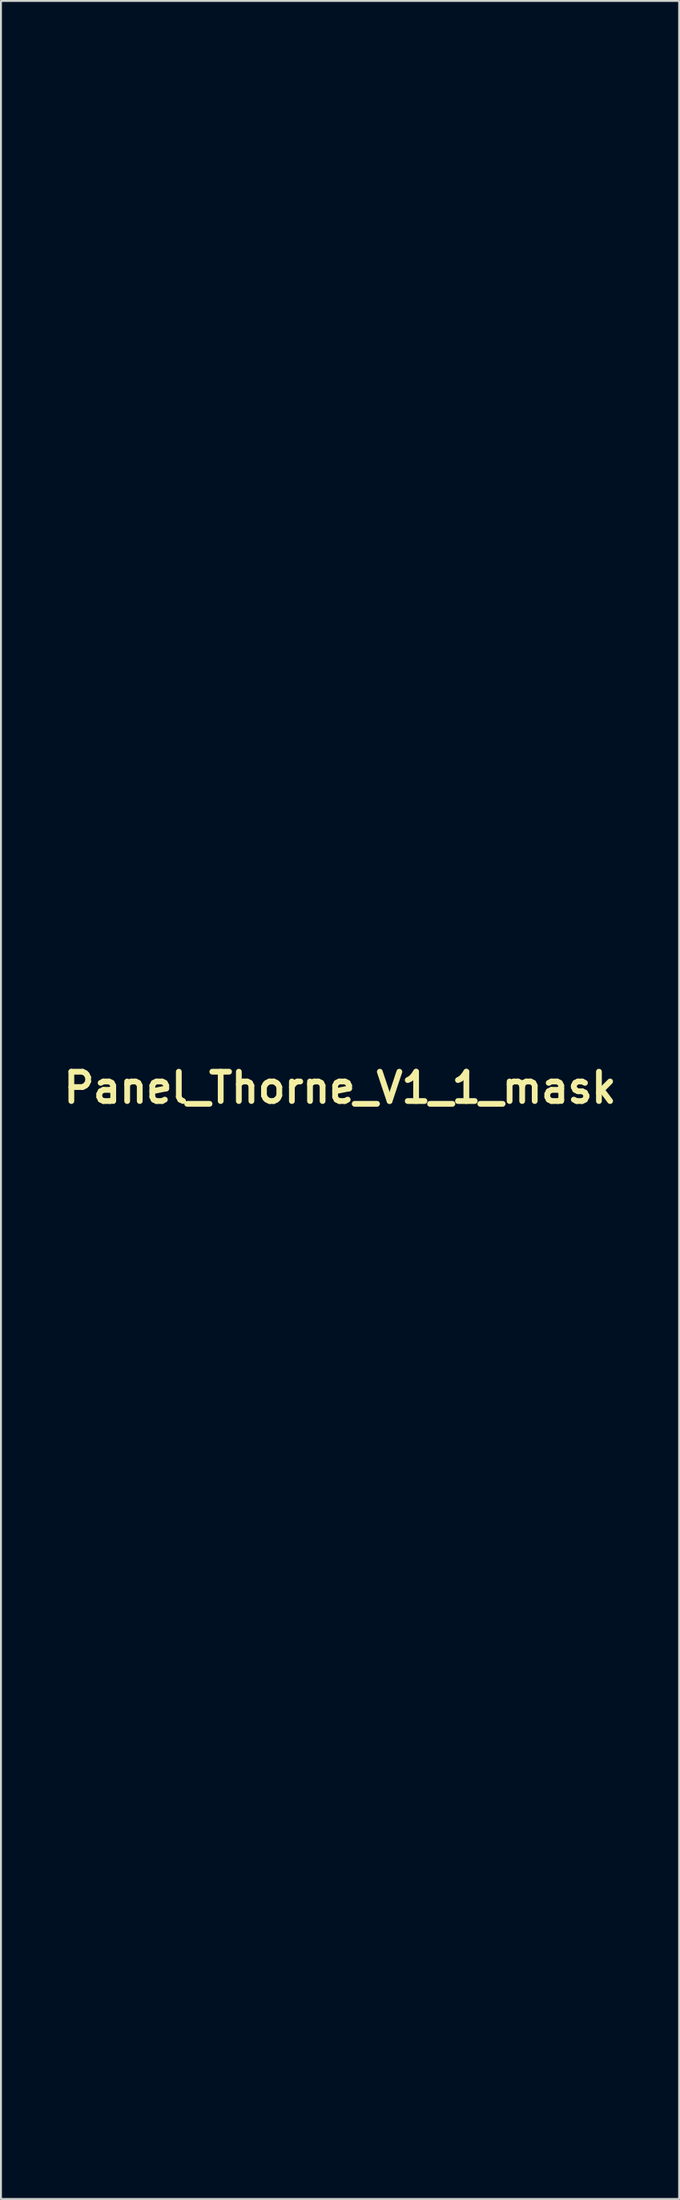
<source format=kicad_pcb>
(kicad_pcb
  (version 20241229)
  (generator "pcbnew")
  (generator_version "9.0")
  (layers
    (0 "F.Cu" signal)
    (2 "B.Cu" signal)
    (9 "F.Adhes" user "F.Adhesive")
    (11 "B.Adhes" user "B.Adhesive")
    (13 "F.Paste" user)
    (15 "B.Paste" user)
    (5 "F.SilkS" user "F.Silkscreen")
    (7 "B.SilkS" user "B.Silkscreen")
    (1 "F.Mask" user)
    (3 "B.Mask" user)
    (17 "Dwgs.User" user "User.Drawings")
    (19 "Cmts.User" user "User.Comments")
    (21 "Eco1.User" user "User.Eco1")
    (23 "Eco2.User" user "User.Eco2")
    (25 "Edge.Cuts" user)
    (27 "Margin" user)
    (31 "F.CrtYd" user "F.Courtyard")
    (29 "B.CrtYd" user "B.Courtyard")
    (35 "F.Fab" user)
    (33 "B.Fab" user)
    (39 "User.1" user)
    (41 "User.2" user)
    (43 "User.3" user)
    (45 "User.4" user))
  (footprint "Panel_Thorne_V1_1_mask"
    (layer "F.Cu")
    (at 14.63 53.472)
    (property "Reference" "Panel_Thorne_V1_1_mask" (at 0 0 0) (layer "F.SilkS") (effects (font (size 1.524 1.524) (thickness 0.3))))
    (attr through_hole)
    (fp_poly (pts (xy -4.487 6.096) (xy -6.435 6.096) (xy -6.435 5.842) (xy -4.487 5.842) (xy -4.487 6.096)) (stroke (width 0.01) (type solid)) (fill yes) (layer "F.Mask"))
    (fp_poly (pts (xy 0.028 -25.539) (xy 0.031 -25.516) (xy 0.038 -25.357) (xy 0.031 -25.199) (xy 0.023 -25.162) (xy 0.018 -25.2) (xy 0.014 -25.306) (xy 0.014 -25.358) (xy 0.016 -25.485) (xy 0.021 -25.548) (xy 0.028 -25.539)) (stroke (width 0.01) (type solid)) (fill yes) (layer "F.Mask"))
    (fp_poly (pts (xy 0.028 -24.777) (xy 0.031 -24.754) (xy 0.038 -24.595) (xy 0.031 -24.437) (xy 0.023 -24.4) (xy 0.018 -24.438) (xy 0.014 -24.544) (xy 0.014 -24.596) (xy 0.016 -24.723) (xy 0.021 -24.786) (xy 0.028 -24.777)) (stroke (width 0.01) (type solid)) (fill yes) (layer "F.Mask"))
    (fp_poly (pts (xy 0.07 -44.546) (xy 0.073 -44.524) (xy 0.08 -44.365) (xy 0.073 -44.207) (xy 0.066 -44.169) (xy 0.06 -44.208) (xy 0.057 -44.314) (xy 0.057 -44.365) (xy 0.058 -44.493) (xy 0.063 -44.556) (xy 0.07 -44.546)) (stroke (width 0.01) (type solid)) (fill yes) (layer "F.Mask"))
    (fp_poly (pts (xy 0.07 -43.784) (xy 0.073 -43.762) (xy 0.08 -43.603) (xy 0.073 -43.445) (xy 0.066 -43.407) (xy 0.06 -43.446) (xy 0.057 -43.552) (xy 0.057 -43.603) (xy 0.058 -43.731) (xy 0.063 -43.794) (xy 0.07 -43.784)) (stroke (width 0.01) (type solid)) (fill yes) (layer "F.Mask"))
    (fp_poly (pts (xy 0.071 12.44) (xy 0.073 12.458) (xy 0.08 12.607) (xy 0.073 12.749) (xy 0.073 12.754) (xy 0.065 12.783) (xy 0.059 12.738) (xy 0.056 12.627) (xy 0.056 12.594) (xy 0.058 12.474) (xy 0.064 12.42) (xy 0.071 12.44)) (stroke (width 0.01) (type solid)) (fill yes) (layer "F.Mask"))
    (fp_poly (pts (xy 0.071 13.159) (xy 0.073 13.177) (xy 0.08 13.327) (xy 0.073 13.469) (xy 0.073 13.474) (xy 0.065 13.503) (xy 0.059 13.457) (xy 0.056 13.347) (xy 0.056 13.314) (xy 0.058 13.194) (xy 0.064 13.139) (xy 0.071 13.159)) (stroke (width 0.01) (type solid)) (fill yes) (layer "F.Mask"))
    (fp_poly (pts (xy 0.064 -5.99) (xy 0.36 -5.966) (xy 0.656 -5.942) (xy 0.351 -5.934) (xy 0.046 -5.927) (xy 0.031 -5.62) (xy 0.017 -5.313) (xy 0.008 -5.618) (xy 0 -5.923) (xy -0.307 -5.938) (xy -0.614 -5.952) (xy -0.307 -5.961) (xy 0 -5.969) (xy 0.008 -6.297) (xy 0.015 -6.625) (xy 0.064 -5.99)) (stroke (width 0.01) (type solid)) (fill yes) (layer "F.Mask"))
    (fp_poly (pts (xy 0.317 12.924) (xy 0.495 12.927) (xy 0.596 12.931) (xy 0.618 12.938) (xy 0.559 12.946) (xy 0.418 12.956) (xy 0.296 12.962) (xy 0.099 12.965) (xy -0.125 12.96) (xy -0.275 12.951) (xy -0.362 12.942) (xy -0.371 12.934) (xy -0.299 12.929) (xy -0.146 12.926) (xy 0.064 12.924) (xy 0.317 12.924)) (stroke (width 0.01) (type solid)) (fill yes) (layer "F.Mask"))
    (fp_poly (pts (xy 0.278 -25.005) (xy 0.477 -25.003) (xy 0.598 -24.999) (xy 0.638 -24.993) (xy 0.597 -24.986) (xy 0.473 -24.978) (xy 0.275 -24.968) (xy 0.082 -24.965) (xy -0.149 -24.969) (xy -0.368 -24.979) (xy -0.381 -24.979) (xy -0.485 -24.988) (xy -0.512 -24.994) (xy -0.461 -24.999) (xy -0.33 -25.003) (xy -0.117 -25.005) (xy 0 -25.005) (xy 0.278 -25.005)) (stroke (width 0.01) (type solid)) (fill yes) (layer "F.Mask"))
    (fp_poly (pts (xy 0.32 -44.013) (xy 0.52 -44.011) (xy 0.64 -44.007) (xy 0.68 -44.001) (xy 0.639 -43.994) (xy 0.516 -43.985) (xy 0.318 -43.976) (xy 0.124 -43.973) (xy -0.106 -43.976) (xy -0.325 -43.986) (xy -0.339 -43.987) (xy -0.442 -43.995) (xy -0.47 -44.002) (xy -0.419 -44.007) (xy -0.288 -44.011) (xy -0.075 -44.013) (xy 0.042 -44.013) (xy 0.32 -44.013)) (stroke (width 0.01) (type solid)) (fill yes) (layer "F.Mask"))
    (fp_poly (pts (xy -6.9 -33.232) (xy -7.493 -33.232) (xy -7.493 -32.855) (xy -7.271 -32.842) (xy -7.141 -32.831) (xy -7.075 -32.81) (xy -7.051 -32.768) (xy -7.048 -32.724) (xy -7.056 -32.661) (xy -7.092 -32.628) (xy -7.177 -32.612) (xy -7.271 -32.605) (xy -7.493 -32.592) (xy -7.493 -31.962) (xy -7.749 -31.962) (xy -7.737 -32.713) (xy -7.726 -33.465) (xy -7.313 -33.477) (xy -6.9 -33.489) (xy -6.9 -33.232)) (stroke (width 0.01) (type solid)) (fill yes) (layer "F.Mask"))
    (fp_poly (pts (xy 3.084 41.723) (xy 3.186 41.793) (xy 3.254 41.921) (xy 3.291 42.113) (xy 3.302 42.376) (xy 3.29 42.641) (xy 3.253 42.833) (xy 3.185 42.96) (xy 3.082 43.029) (xy 2.942 43.05) (xy 2.827 43.034) (xy 2.748 42.999) (xy 2.671 42.918) (xy 2.62 42.807) (xy 2.593 42.648) (xy 2.583 42.425) (xy 2.582 42.376) (xy 2.594 42.11) (xy 2.631 41.918) (xy 2.699 41.792) (xy 2.802 41.722) (xy 2.942 41.701) (xy 3.084 41.723)) (stroke (width 0.01) (type solid)) (fill yes) (layer "F.Mask"))
    (fp_poly (pts (xy 8.319 29.401) (xy 7.927 29.413) (xy 7.535 29.425) (xy 7.535 29.93) (xy 8.128 29.93) (xy 8.128 30.226) (xy 7.535 30.226) (xy 7.535 30.773) (xy 8.319 30.797) (xy 8.319 31.094) (xy 7.778 31.106) (xy 7.541 31.109) (xy 7.377 31.105) (xy 7.276 31.094) (xy 7.225 31.075) (xy 7.216 31.062) (xy 7.211 31.006) (xy 7.206 30.877) (xy 7.204 30.69) (xy 7.204 30.456) (xy 7.205 30.19) (xy 7.206 30.056) (xy 7.218 29.104) (xy 8.319 29.104) (xy 8.319 29.401)) (stroke (width 0.01) (type solid)) (fill yes) (layer "F.Mask"))
    (fp_poly (pts (xy -4.751 -32.734) (xy -4.763 -31.983) (xy -4.889 -31.983) (xy -4.944 -31.988) (xy -4.993 -32.011) (xy -5.046 -32.064) (xy -5.114 -32.158) (xy -5.206 -32.304) (xy -5.313 -32.482) (xy -5.609 -32.981) (xy -5.63 -32.482) (xy -5.652 -31.983) (xy -5.769 -31.969) (xy -5.886 -31.956) (xy -5.875 -32.71) (xy -5.863 -33.465) (xy -5.736 -33.465) (xy -5.683 -33.459) (xy -5.635 -33.437) (xy -5.582 -33.386) (xy -5.515 -33.295) (xy -5.424 -33.154) (xy -5.301 -32.951) (xy -5.292 -32.935) (xy -4.974 -32.406) (xy -4.95 -33.486) (xy -4.739 -33.486) (xy -4.751 -32.734)) (stroke (width 0.01) (type solid)) (fill yes) (layer "F.Mask"))
    (fp_poly (pts (xy -2.498 -52.451) (xy -3.09 -52.451) (xy -3.09 -52.117) (xy -2.868 -52.104) (xy -2.738 -52.093) (xy -2.672 -52.072) (xy -2.648 -52.03) (xy -2.646 -51.985) (xy -2.653 -51.923) (xy -2.689 -51.89) (xy -2.775 -51.873) (xy -2.868 -51.867) (xy -3.09 -51.854) (xy -3.09 -51.435) (xy -2.498 -51.435) (xy -2.498 -51.181) (xy -2.901 -51.181) (xy -3.11 -51.185) (xy -3.244 -51.198) (xy -3.313 -51.22) (xy -3.326 -51.236) (xy -3.332 -51.295) (xy -3.336 -51.423) (xy -3.338 -51.605) (xy -3.337 -51.825) (xy -3.335 -51.987) (xy -3.323 -52.684) (xy -2.498 -52.708) (xy -2.498 -52.451)) (stroke (width 0.01) (type solid)) (fill yes) (layer "F.Mask"))
    (fp_poly (pts (xy 0.398 -31.813) (xy 0.676 -31.809) (xy 0.885 -31.804) (xy 1.031 -31.796) (xy 1.123 -31.784) (xy 1.168 -31.769) (xy 1.175 -31.761) (xy 1.163 -31.744) (xy 1.11 -31.731) (xy 1.009 -31.722) (xy 0.852 -31.715) (xy 0.631 -31.71) (xy 0.34 -31.708) (xy 0.042 -31.708) (xy -0.313 -31.708) (xy -0.591 -31.711) (xy -0.8 -31.716) (xy -0.946 -31.723) (xy -1.038 -31.733) (xy -1.083 -31.747) (xy -1.09 -31.761) (xy -1.065 -31.777) (xy -0.995 -31.791) (xy -0.875 -31.8) (xy -0.696 -31.807) (xy -0.451 -31.811) (xy -0.133 -31.813) (xy 0.042 -31.814) (xy 0.398 -31.813)) (stroke (width 0.01) (type solid)) (fill yes) (layer "F.Mask"))
    (fp_poly (pts (xy 0.44 -50.82) (xy 0.718 -50.817) (xy 0.927 -50.812) (xy 1.073 -50.803) (xy 1.165 -50.792) (xy 1.21 -50.777) (xy 1.217 -50.768) (xy 1.205 -50.752) (xy 1.152 -50.739) (xy 1.051 -50.729) (xy 0.894 -50.723) (xy 0.674 -50.718) (xy 0.382 -50.716) (xy 0.085 -50.715) (xy -0.271 -50.716) (xy -0.549 -50.719) (xy -0.758 -50.724) (xy -0.904 -50.731) (xy -0.996 -50.741) (xy -1.041 -50.755) (xy -1.048 -50.768) (xy -1.022 -50.785) (xy -0.953 -50.798) (xy -0.833 -50.808) (xy -0.654 -50.815) (xy -0.409 -50.819) (xy -0.09 -50.821) (xy 0.085 -50.821) (xy 0.44 -50.82)) (stroke (width 0.01) (type solid)) (fill yes) (layer "F.Mask"))
    (fp_poly (pts (xy -8.123 41.199) (xy -8.083 41.25) (xy -8.06 41.354) (xy -8.048 41.519) (xy -8.044 41.755) (xy -8.043 41.972) (xy -8.043 42.714) (xy -7.871 42.714) (xy -7.762 42.719) (xy -7.716 42.743) (xy -7.71 42.803) (xy -7.712 42.831) (xy -7.726 42.947) (xy -8.181 42.959) (xy -8.636 42.971) (xy -8.636 42.843) (xy -8.628 42.756) (xy -8.586 42.721) (xy -8.488 42.714) (xy -8.34 42.714) (xy -8.34 41.571) (xy -8.47 41.571) (xy -8.567 41.551) (xy -8.597 41.496) (xy -8.563 41.42) (xy -8.469 41.333) (xy -8.378 41.278) (xy -8.266 41.222) (xy -8.182 41.192) (xy -8.123 41.199)) (stroke (width 0.01) (type solid)) (fill yes) (layer "F.Mask"))
    (fp_poly (pts (xy -3.683 -33.232) (xy -4.276 -33.232) (xy -4.276 -32.897) (xy -4.053 -32.885) (xy -3.924 -32.874) (xy -3.857 -32.853) (xy -3.834 -32.811) (xy -3.831 -32.766) (xy -3.838 -32.704) (xy -3.874 -32.67) (xy -3.96 -32.654) (xy -4.053 -32.647) (xy -4.276 -32.635) (xy -4.276 -32.216) (xy -3.683 -32.216) (xy -3.683 -31.962) (xy -4.086 -31.962) (xy -4.296 -31.966) (xy -4.43 -31.978) (xy -4.498 -32.001) (xy -4.511 -32.016) (xy -4.517 -32.075) (xy -4.521 -32.203) (xy -4.523 -32.385) (xy -4.522 -32.605) (xy -4.52 -32.768) (xy -4.508 -33.465) (xy -4.096 -33.477) (xy -3.683 -33.489) (xy -3.683 -33.232)) (stroke (width 0.01) (type solid)) (fill yes) (layer "F.Mask"))
    (fp_poly (pts (xy 0.509 24.644) (xy 0.558 24.671) (xy 0.612 24.73) (xy 0.681 24.832) (xy 0.775 24.989) (xy 0.859 25.135) (xy 1.142 25.633) (xy 1.143 25.135) (xy 1.143 24.638) (xy 1.355 24.638) (xy 1.355 26.035) (xy 1.232 26.035) (xy 1.177 26.029) (xy 1.129 26.004) (xy 1.075 25.948) (xy 1.008 25.848) (xy 0.916 25.693) (xy 0.84 25.559) (xy 0.572 25.082) (xy 0.56 25.559) (xy 0.554 25.765) (xy 0.547 25.901) (xy 0.534 25.981) (xy 0.513 26.021) (xy 0.48 26.034) (xy 0.443 26.035) (xy 0.339 26.035) (xy 0.339 24.638) (xy 0.457 24.638) (xy 0.509 24.644)) (stroke (width 0.01) (type solid)) (fill yes) (layer "F.Mask"))
    (fp_poly (pts (xy 8.551 -14.266) (xy 7.959 -14.266) (xy 7.959 -13.932) (xy 8.181 -13.919) (xy 8.311 -13.908) (xy 8.377 -13.887) (xy 8.401 -13.845) (xy 8.403 -13.801) (xy 8.396 -13.738) (xy 8.36 -13.705) (xy 8.274 -13.689) (xy 8.181 -13.682) (xy 7.959 -13.669) (xy 7.959 -13.25) (xy 8.551 -13.25) (xy 8.551 -12.996) (xy 8.148 -12.996) (xy 7.939 -13) (xy 7.805 -13.013) (xy 7.736 -13.036) (xy 7.723 -13.051) (xy 7.717 -13.11) (xy 7.713 -13.238) (xy 7.711 -13.42) (xy 7.712 -13.64) (xy 7.714 -13.802) (xy 7.726 -14.499) (xy 8.139 -14.511) (xy 8.551 -14.523) (xy 8.551 -14.266)) (stroke (width 0.01) (type solid)) (fill yes) (layer "F.Mask"))
    (fp_poly (pts (xy -3.447 -36.872) (xy -3.182 -36.87) (xy -2.982 -36.866) (xy -2.841 -36.86) (xy -2.747 -36.85) (xy -2.694 -36.838) (xy -2.67 -36.821) (xy -2.667 -36.809) (xy -2.677 -36.789) (xy -2.711 -36.774) (xy -2.78 -36.763) (xy -2.892 -36.755) (xy -3.057 -36.75) (xy -3.284 -36.747) (xy -3.582 -36.745) (xy -3.761 -36.745) (xy -4.057 -36.746) (xy -4.325 -36.749) (xy -4.553 -36.754) (xy -4.729 -36.76) (xy -4.843 -36.767) (xy -4.882 -36.774) (xy -4.902 -36.803) (xy -4.89 -36.826) (xy -4.84 -36.843) (xy -4.743 -36.856) (xy -4.591 -36.864) (xy -4.377 -36.869) (xy -4.092 -36.872) (xy -3.789 -36.872) (xy -3.447 -36.872)) (stroke (width 0.01) (type solid)) (fill yes) (layer "F.Mask"))
    (fp_poly (pts (xy -3.019 -19.084) (xy -2.88 -19.08) (xy -2.789 -19.071) (xy -2.736 -19.059) (xy -2.713 -19.043) (xy -2.709 -19.03) (xy -2.718 -19.01) (xy -2.752 -18.995) (xy -2.818 -18.983) (xy -2.927 -18.975) (xy -3.087 -18.97) (xy -3.307 -18.967) (xy -3.597 -18.966) (xy -3.835 -18.965) (xy -4.186 -18.966) (xy -4.46 -18.969) (xy -4.665 -18.974) (xy -4.807 -18.981) (xy -4.896 -18.992) (xy -4.937 -19.006) (xy -4.942 -19.018) (xy -4.916 -19.035) (xy -4.843 -19.049) (xy -4.718 -19.061) (xy -4.532 -19.069) (xy -4.279 -19.076) (xy -3.951 -19.081) (xy -3.817 -19.082) (xy -3.479 -19.085) (xy -3.216 -19.086) (xy -3.019 -19.084)) (stroke (width 0.01) (type solid)) (fill yes) (layer "F.Mask"))
    (fp_poly (pts (xy -2.977 -38.092) (xy -2.838 -38.087) (xy -2.746 -38.079) (xy -2.694 -38.067) (xy -2.67 -38.05) (xy -2.667 -38.037) (xy -2.676 -38.018) (xy -2.709 -38.003) (xy -2.776 -37.991) (xy -2.884 -37.983) (xy -3.045 -37.978) (xy -3.265 -37.975) (xy -3.555 -37.973) (xy -3.792 -37.973) (xy -4.144 -37.974) (xy -4.418 -37.977) (xy -4.622 -37.981) (xy -4.765 -37.989) (xy -4.853 -37.999) (xy -4.895 -38.013) (xy -4.9 -38.026) (xy -4.873 -38.043) (xy -4.801 -38.057) (xy -4.675 -38.068) (xy -4.49 -38.077) (xy -4.236 -38.084) (xy -3.908 -38.089) (xy -3.775 -38.09) (xy -3.436 -38.093) (xy -3.174 -38.094) (xy -2.977 -38.092)) (stroke (width 0.01) (type solid)) (fill yes) (layer "F.Mask"))
    (fp_poly (pts (xy 0.066 -33.433) (xy 0.404 -33.429) (xy 0.666 -33.425) (xy 0.862 -33.419) (xy 1 -33.411) (xy 1.09 -33.4) (xy 1.141 -33.386) (xy 1.162 -33.368) (xy 1.164 -33.359) (xy 1.154 -33.339) (xy 1.119 -33.324) (xy 1.049 -33.312) (xy 0.934 -33.302) (xy 0.767 -33.295) (xy 0.538 -33.29) (xy 0.239 -33.286) (xy 0.056 -33.284) (xy -0.323 -33.281) (xy -0.62 -33.283) (xy -0.841 -33.288) (xy -0.988 -33.297) (xy -1.067 -33.311) (xy -1.081 -33.319) (xy -1.095 -33.356) (xy -1.079 -33.385) (xy -1.026 -33.406) (xy -0.928 -33.422) (xy -0.776 -33.431) (xy -0.564 -33.436) (xy -0.283 -33.436) (xy 0.066 -33.433)) (stroke (width 0.01) (type solid)) (fill yes) (layer "F.Mask"))
    (fp_poly (pts (xy 0.109 -52.441) (xy 0.446 -52.437) (xy 0.709 -52.432) (xy 0.904 -52.426) (xy 1.043 -52.418) (xy 1.133 -52.408) (xy 1.184 -52.394) (xy 1.205 -52.376) (xy 1.206 -52.366) (xy 1.197 -52.347) (xy 1.161 -52.331) (xy 1.091 -52.319) (xy 0.977 -52.31) (xy 0.81 -52.303) (xy 0.581 -52.298) (xy 0.281 -52.294) (xy 0.098 -52.292) (xy -0.28 -52.289) (xy -0.578 -52.29) (xy -0.799 -52.296) (xy -0.946 -52.305) (xy -1.024 -52.318) (xy -1.039 -52.327) (xy -1.052 -52.364) (xy -1.037 -52.393) (xy -0.983 -52.414) (xy -0.885 -52.429) (xy -0.734 -52.439) (xy -0.522 -52.443) (xy -0.24 -52.444) (xy 0.109 -52.441)) (stroke (width 0.01) (type solid)) (fill yes) (layer "F.Mask"))
    (fp_poly (pts (xy -4.701 41.12) (xy -4.595 41.155) (xy -4.535 41.19) (xy -4.53 41.199) (xy -4.556 41.238) (xy -4.629 41.336) (xy -4.745 41.485) (xy -4.898 41.677) (xy -5.082 41.907) (xy -5.29 42.166) (xy -5.518 42.448) (xy -5.598 42.545) (xy -5.892 42.905) (xy -6.137 43.2) (xy -6.337 43.437) (xy -6.494 43.616) (xy -6.612 43.744) (xy -6.694 43.822) (xy -6.743 43.854) (xy -6.751 43.855) (xy -6.853 43.837) (xy -6.954 43.803) (xy -7.071 43.752) (xy -6.157 42.63) (xy -5.932 42.354) (xy -5.716 42.089) (xy -5.516 41.846) (xy -5.342 41.633) (xy -5.2 41.461) (xy -5.098 41.339) (xy -5.058 41.291) (xy -4.873 41.074) (xy -4.701 41.12)) (stroke (width 0.01) (type solid)) (fill yes) (layer "F.Mask"))
    (fp_poly (pts (xy -3.49 -18.668) (xy -3.224 -18.667) (xy -3.025 -18.663) (xy -2.883 -18.656) (xy -2.79 -18.647) (xy -2.736 -18.634) (xy -2.713 -18.618) (xy -2.709 -18.605) (xy -2.719 -18.586) (xy -2.753 -18.571) (xy -2.821 -18.56) (xy -2.933 -18.552) (xy -3.096 -18.547) (xy -3.32 -18.544) (xy -3.615 -18.542) (xy -3.831 -18.542) (xy -4.173 -18.543) (xy -4.438 -18.544) (xy -4.638 -18.548) (xy -4.779 -18.555) (xy -4.873 -18.564) (xy -4.926 -18.577) (xy -4.95 -18.593) (xy -4.953 -18.605) (xy -4.944 -18.625) (xy -4.909 -18.64) (xy -4.841 -18.651) (xy -4.73 -18.659) (xy -4.566 -18.664) (xy -4.342 -18.667) (xy -4.047 -18.669) (xy -3.831 -18.669) (xy -3.49 -18.668)) (stroke (width 0.01) (type solid)) (fill yes) (layer "F.Mask"))
    (fp_poly (pts (xy -3.49 -18.287) (xy -3.224 -18.286) (xy -3.025 -18.282) (xy -2.883 -18.275) (xy -2.79 -18.266) (xy -2.736 -18.253) (xy -2.713 -18.237) (xy -2.709 -18.224) (xy -2.719 -18.205) (xy -2.753 -18.19) (xy -2.821 -18.179) (xy -2.933 -18.171) (xy -3.096 -18.166) (xy -3.32 -18.163) (xy -3.615 -18.161) (xy -3.831 -18.161) (xy -4.173 -18.162) (xy -4.438 -18.163) (xy -4.638 -18.167) (xy -4.779 -18.174) (xy -4.873 -18.183) (xy -4.926 -18.196) (xy -4.95 -18.212) (xy -4.953 -18.224) (xy -4.944 -18.244) (xy -4.909 -18.259) (xy -4.841 -18.27) (xy -4.73 -18.278) (xy -4.566 -18.283) (xy -4.342 -18.286) (xy -4.047 -18.288) (xy -3.831 -18.288) (xy -3.49 -18.287)) (stroke (width 0.01) (type solid)) (fill yes) (layer "F.Mask"))
    (fp_poly (pts (xy -3.49 -17.483) (xy -3.224 -17.481) (xy -3.025 -17.477) (xy -2.883 -17.471) (xy -2.79 -17.462) (xy -2.736 -17.449) (xy -2.713 -17.432) (xy -2.709 -17.42) (xy -2.719 -17.401) (xy -2.753 -17.386) (xy -2.821 -17.375) (xy -2.933 -17.366) (xy -3.096 -17.361) (xy -3.32 -17.358) (xy -3.615 -17.357) (xy -3.831 -17.357) (xy -4.173 -17.357) (xy -4.438 -17.359) (xy -4.638 -17.363) (xy -4.779 -17.369) (xy -4.873 -17.379) (xy -4.926 -17.391) (xy -4.95 -17.408) (xy -4.953 -17.42) (xy -4.944 -17.439) (xy -4.909 -17.455) (xy -4.841 -17.466) (xy -4.73 -17.474) (xy -4.566 -17.479) (xy -4.342 -17.482) (xy -4.047 -17.483) (xy -3.831 -17.484) (xy -3.49 -17.483)) (stroke (width 0.01) (type solid)) (fill yes) (layer "F.Mask"))
    (fp_poly (pts (xy -3.447 -37.676) (xy -3.182 -37.674) (xy -2.982 -37.67) (xy -2.841 -37.664) (xy -2.747 -37.655) (xy -2.694 -37.642) (xy -2.67 -37.625) (xy -2.667 -37.613) (xy -2.676 -37.594) (xy -2.711 -37.579) (xy -2.779 -37.568) (xy -2.89 -37.559) (xy -3.054 -37.554) (xy -3.278 -37.551) (xy -3.573 -37.55) (xy -3.789 -37.55) (xy -4.13 -37.55) (xy -4.396 -37.552) (xy -4.595 -37.556) (xy -4.737 -37.562) (xy -4.83 -37.572) (xy -4.884 -37.584) (xy -4.907 -37.601) (xy -4.911 -37.613) (xy -4.901 -37.632) (xy -4.867 -37.648) (xy -4.799 -37.659) (xy -4.687 -37.667) (xy -4.524 -37.672) (xy -4.3 -37.675) (xy -4.005 -37.676) (xy -3.789 -37.677) (xy -3.447 -37.676)) (stroke (width 0.01) (type solid)) (fill yes) (layer "F.Mask"))
    (fp_poly (pts (xy -3.447 -37.295) (xy -3.182 -37.293) (xy -2.982 -37.289) (xy -2.841 -37.283) (xy -2.747 -37.274) (xy -2.694 -37.261) (xy -2.67 -37.244) (xy -2.667 -37.232) (xy -2.676 -37.213) (xy -2.711 -37.198) (xy -2.779 -37.187) (xy -2.89 -37.178) (xy -3.054 -37.173) (xy -3.278 -37.17) (xy -3.573 -37.169) (xy -3.789 -37.169) (xy -4.13 -37.169) (xy -4.396 -37.171) (xy -4.595 -37.175) (xy -4.737 -37.181) (xy -4.83 -37.191) (xy -4.884 -37.203) (xy -4.907 -37.22) (xy -4.911 -37.232) (xy -4.901 -37.251) (xy -4.867 -37.267) (xy -4.799 -37.278) (xy -4.687 -37.286) (xy -4.524 -37.291) (xy -4.3 -37.294) (xy -4.005 -37.295) (xy -3.789 -37.296) (xy -3.447 -37.295)) (stroke (width 0.01) (type solid)) (fill yes) (layer "F.Mask"))
    (fp_poly (pts (xy 0.363 -33.019) (xy 0.628 -33.018) (xy 0.828 -33.014) (xy 0.969 -33.007) (xy 1.063 -32.998) (xy 1.116 -32.985) (xy 1.14 -32.969) (xy 1.143 -32.956) (xy 1.134 -32.937) (xy 1.099 -32.922) (xy 1.031 -32.911) (xy 0.92 -32.903) (xy 0.756 -32.898) (xy 0.532 -32.895) (xy 0.237 -32.893) (xy 0.021 -32.893) (xy -0.32 -32.894) (xy -0.586 -32.895) (xy -0.785 -32.899) (xy -0.927 -32.906) (xy -1.02 -32.915) (xy -1.074 -32.928) (xy -1.097 -32.944) (xy -1.101 -32.956) (xy -1.091 -32.976) (xy -1.057 -32.991) (xy -0.989 -33.002) (xy -0.877 -33.01) (xy -0.714 -33.015) (xy -0.49 -33.018) (xy -0.195 -33.02) (xy 0.021 -33.02) (xy 0.363 -33.019)) (stroke (width 0.01) (type solid)) (fill yes) (layer "F.Mask"))
    (fp_poly (pts (xy 0.363 -32.215) (xy 0.628 -32.213) (xy 0.828 -32.209) (xy 0.969 -32.203) (xy 1.063 -32.194) (xy 1.116 -32.181) (xy 1.14 -32.164) (xy 1.143 -32.152) (xy 1.134 -32.133) (xy 1.099 -32.118) (xy 1.031 -32.107) (xy 0.92 -32.098) (xy 0.756 -32.093) (xy 0.532 -32.09) (xy 0.237 -32.089) (xy 0.021 -32.089) (xy -0.32 -32.089) (xy -0.586 -32.091) (xy -0.785 -32.095) (xy -0.927 -32.101) (xy -1.02 -32.111) (xy -1.074 -32.123) (xy -1.097 -32.14) (xy -1.101 -32.152) (xy -1.091 -32.171) (xy -1.057 -32.187) (xy -0.989 -32.198) (xy -0.877 -32.206) (xy -0.714 -32.211) (xy -0.49 -32.214) (xy -0.195 -32.215) (xy 0.021 -32.216) (xy 0.363 -32.215)) (stroke (width 0.01) (type solid)) (fill yes) (layer "F.Mask"))
    (fp_poly (pts (xy 0.405 -52.027) (xy 0.671 -52.025) (xy 0.87 -52.021) (xy 1.012 -52.015) (xy 1.105 -52.006) (xy 1.159 -51.993) (xy 1.182 -51.976) (xy 1.185 -51.964) (xy 1.176 -51.945) (xy 1.142 -51.93) (xy 1.073 -51.919) (xy 0.962 -51.91) (xy 0.799 -51.905) (xy 0.574 -51.902) (xy 0.28 -51.901) (xy 0.064 -51.901) (xy -0.278 -51.901) (xy -0.544 -51.903) (xy -0.743 -51.907) (xy -0.885 -51.913) (xy -0.978 -51.923) (xy -1.032 -51.935) (xy -1.055 -51.952) (xy -1.058 -51.964) (xy -1.049 -51.983) (xy -1.015 -51.999) (xy -0.946 -52.01) (xy -0.835 -52.018) (xy -0.672 -52.023) (xy -0.447 -52.026) (xy -0.153 -52.027) (xy 0.064 -52.028) (xy 0.405 -52.027)) (stroke (width 0.01) (type solid)) (fill yes) (layer "F.Mask"))
    (fp_poly (pts (xy 0.405 -51.223) (xy 0.671 -51.221) (xy 0.87 -51.217) (xy 1.012 -51.211) (xy 1.105 -51.201) (xy 1.159 -51.189) (xy 1.182 -51.172) (xy 1.185 -51.16) (xy 1.176 -51.141) (xy 1.142 -51.125) (xy 1.073 -51.114) (xy 0.962 -51.106) (xy 0.799 -51.101) (xy 0.574 -51.098) (xy 0.28 -51.097) (xy 0.064 -51.096) (xy -0.278 -51.097) (xy -0.544 -51.099) (xy -0.743 -51.103) (xy -0.885 -51.109) (xy -0.978 -51.118) (xy -1.032 -51.131) (xy -1.055 -51.148) (xy -1.058 -51.16) (xy -1.049 -51.179) (xy -1.015 -51.194) (xy -0.946 -51.205) (xy -0.835 -51.214) (xy -0.672 -51.219) (xy -0.447 -51.222) (xy -0.153 -51.223) (xy 0.064 -51.223) (xy 0.405 -51.223)) (stroke (width 0.01) (type solid)) (fill yes) (layer "F.Mask"))
    (fp_poly (pts (xy 4.257 -18.88) (xy 4.523 -18.878) (xy 4.722 -18.874) (xy 4.864 -18.868) (xy 4.957 -18.859) (xy 5.011 -18.846) (xy 5.034 -18.829) (xy 5.038 -18.817) (xy 5.028 -18.798) (xy 4.994 -18.783) (xy 4.926 -18.772) (xy 4.814 -18.763) (xy 4.651 -18.758) (xy 4.427 -18.755) (xy 4.132 -18.754) (xy 3.916 -18.754) (xy 3.574 -18.754) (xy 3.309 -18.756) (xy 3.109 -18.76) (xy 2.968 -18.766) (xy 2.874 -18.776) (xy 2.821 -18.788) (xy 2.797 -18.805) (xy 2.794 -18.817) (xy 2.803 -18.836) (xy 2.838 -18.852) (xy 2.906 -18.863) (xy 3.017 -18.871) (xy 3.181 -18.876) (xy 3.405 -18.879) (xy 3.7 -18.88) (xy 3.916 -18.881) (xy 4.257 -18.88)) (stroke (width 0.01) (type solid)) (fill yes) (layer "F.Mask"))
    (fp_poly (pts (xy 4.257 -18.076) (xy 4.523 -18.074) (xy 4.722 -18.07) (xy 4.864 -18.064) (xy 4.957 -18.054) (xy 5.011 -18.042) (xy 5.034 -18.025) (xy 5.038 -18.013) (xy 5.028 -17.994) (xy 4.994 -17.978) (xy 4.926 -17.967) (xy 4.814 -17.959) (xy 4.651 -17.954) (xy 4.427 -17.951) (xy 4.132 -17.95) (xy 3.916 -17.949) (xy 3.574 -17.95) (xy 3.309 -17.952) (xy 3.109 -17.956) (xy 2.968 -17.962) (xy 2.874 -17.971) (xy 2.821 -17.984) (xy 2.797 -18.001) (xy 2.794 -18.013) (xy 2.803 -18.032) (xy 2.838 -18.047) (xy 2.906 -18.058) (xy 3.017 -18.067) (xy 3.181 -18.072) (xy 3.405 -18.075) (xy 3.7 -18.076) (xy 3.916 -18.076) (xy 4.257 -18.076)) (stroke (width 0.01) (type solid)) (fill yes) (layer "F.Mask"))
    (fp_poly (pts (xy 4.257 -17.652) (xy 4.523 -17.651) (xy 4.722 -17.647) (xy 4.864 -17.64) (xy 4.957 -17.631) (xy 5.011 -17.618) (xy 5.034 -17.602) (xy 5.038 -17.59) (xy 5.028 -17.57) (xy 4.994 -17.555) (xy 4.926 -17.544) (xy 4.814 -17.536) (xy 4.651 -17.531) (xy 4.427 -17.528) (xy 4.132 -17.526) (xy 3.916 -17.526) (xy 3.574 -17.527) (xy 3.309 -17.528) (xy 3.109 -17.532) (xy 2.968 -17.539) (xy 2.874 -17.548) (xy 2.821 -17.561) (xy 2.797 -17.577) (xy 2.794 -17.59) (xy 2.803 -17.609) (xy 2.838 -17.624) (xy 2.906 -17.635) (xy 3.017 -17.643) (xy 3.181 -17.648) (xy 3.405 -17.651) (xy 3.7 -17.653) (xy 3.916 -17.653) (xy 4.257 -17.652)) (stroke (width 0.01) (type solid)) (fill yes) (layer "F.Mask"))
    (fp_poly (pts (xy 4.257 -17.271) (xy 4.523 -17.27) (xy 4.722 -17.266) (xy 4.864 -17.259) (xy 4.957 -17.25) (xy 5.011 -17.237) (xy 5.034 -17.221) (xy 5.038 -17.209) (xy 5.028 -17.189) (xy 4.994 -17.174) (xy 4.926 -17.163) (xy 4.814 -17.155) (xy 4.651 -17.15) (xy 4.427 -17.147) (xy 4.132 -17.145) (xy 3.916 -17.145) (xy 3.574 -17.146) (xy 3.309 -17.147) (xy 3.109 -17.151) (xy 2.968 -17.158) (xy 2.874 -17.167) (xy 2.821 -17.18) (xy 2.797 -17.196) (xy 2.794 -17.209) (xy 2.803 -17.228) (xy 2.838 -17.243) (xy 2.906 -17.254) (xy 3.017 -17.262) (xy 3.181 -17.267) (xy 3.405 -17.27) (xy 3.7 -17.272) (xy 3.916 -17.272) (xy 4.257 -17.271)) (stroke (width 0.01) (type solid)) (fill yes) (layer "F.Mask"))
    (fp_poly (pts (xy 4.3 -37.464) (xy 4.565 -37.463) (xy 4.765 -37.459) (xy 4.906 -37.452) (xy 5 -37.443) (xy 5.053 -37.43) (xy 5.077 -37.414) (xy 5.08 -37.401) (xy 5.071 -37.382) (xy 5.036 -37.367) (xy 4.968 -37.356) (xy 4.857 -37.348) (xy 4.693 -37.343) (xy 4.469 -37.34) (xy 4.174 -37.338) (xy 3.958 -37.338) (xy 3.617 -37.339) (xy 3.351 -37.34) (xy 3.152 -37.344) (xy 3.01 -37.351) (xy 2.917 -37.36) (xy 2.863 -37.373) (xy 2.84 -37.389) (xy 2.836 -37.401) (xy 2.846 -37.421) (xy 2.88 -37.436) (xy 2.948 -37.447) (xy 3.06 -37.455) (xy 3.223 -37.46) (xy 3.447 -37.463) (xy 3.742 -37.465) (xy 3.958 -37.465) (xy 4.3 -37.464)) (stroke (width 0.01) (type solid)) (fill yes) (layer "F.Mask"))
    (fp_poly (pts (xy 4.3 -37.083) (xy 4.565 -37.082) (xy 4.765 -37.078) (xy 4.906 -37.071) (xy 5 -37.062) (xy 5.053 -37.049) (xy 5.077 -37.033) (xy 5.08 -37.02) (xy 5.071 -37.001) (xy 5.036 -36.986) (xy 4.968 -36.975) (xy 4.857 -36.967) (xy 4.693 -36.962) (xy 4.469 -36.959) (xy 4.174 -36.957) (xy 3.958 -36.957) (xy 3.617 -36.958) (xy 3.351 -36.959) (xy 3.152 -36.963) (xy 3.01 -36.97) (xy 2.917 -36.979) (xy 2.863 -36.992) (xy 2.84 -37.008) (xy 2.836 -37.02) (xy 2.846 -37.04) (xy 2.88 -37.055) (xy 2.948 -37.066) (xy 3.06 -37.074) (xy 3.223 -37.079) (xy 3.447 -37.082) (xy 3.742 -37.084) (xy 3.958 -37.084) (xy 4.3 -37.083)) (stroke (width 0.01) (type solid)) (fill yes) (layer "F.Mask"))
    (fp_poly (pts (xy 4.3 -36.66) (xy 4.565 -36.658) (xy 4.765 -36.654) (xy 4.906 -36.648) (xy 5 -36.639) (xy 5.053 -36.626) (xy 5.077 -36.609) (xy 5.08 -36.597) (xy 5.071 -36.578) (xy 5.036 -36.563) (xy 4.968 -36.552) (xy 4.857 -36.543) (xy 4.693 -36.538) (xy 4.469 -36.535) (xy 4.174 -36.534) (xy 3.958 -36.534) (xy 3.617 -36.534) (xy 3.351 -36.536) (xy 3.152 -36.54) (xy 3.01 -36.546) (xy 2.917 -36.556) (xy 2.863 -36.568) (xy 2.84 -36.585) (xy 2.836 -36.597) (xy 2.846 -36.616) (xy 2.88 -36.632) (xy 2.948 -36.643) (xy 3.06 -36.651) (xy 3.223 -36.656) (xy 3.447 -36.659) (xy 3.742 -36.66) (xy 3.958 -36.661) (xy 4.3 -36.66)) (stroke (width 0.01) (type solid)) (fill yes) (layer "F.Mask"))
    (fp_poly (pts (xy 4.3 -36.279) (xy 4.565 -36.277) (xy 4.765 -36.273) (xy 4.906 -36.267) (xy 5 -36.258) (xy 5.053 -36.245) (xy 5.077 -36.228) (xy 5.08 -36.216) (xy 5.071 -36.197) (xy 5.036 -36.182) (xy 4.968 -36.171) (xy 4.857 -36.162) (xy 4.693 -36.157) (xy 4.469 -36.154) (xy 4.174 -36.153) (xy 3.958 -36.153) (xy 3.617 -36.153) (xy 3.351 -36.155) (xy 3.152 -36.159) (xy 3.01 -36.165) (xy 2.917 -36.175) (xy 2.863 -36.187) (xy 2.84 -36.204) (xy 2.836 -36.216) (xy 2.846 -36.235) (xy 2.88 -36.251) (xy 2.948 -36.262) (xy 3.06 -36.27) (xy 3.223 -36.275) (xy 3.447 -36.278) (xy 3.742 -36.279) (xy 3.958 -36.28) (xy 4.3 -36.279)) (stroke (width 0.01) (type solid)) (fill yes) (layer "F.Mask"))
    (fp_poly (pts (xy -3.566 30.004) (xy -3.577 31.009) (xy -3.747 31.022) (xy -3.916 31.034) (xy -4.339 30.323) (xy -4.763 29.612) (xy -4.774 30.321) (xy -4.786 31.03) (xy -5.082 31.03) (xy -5.07 30.025) (xy -5.059 29.02) (xy -4.901 29.006) (xy -4.815 29.004) (xy -4.753 29.023) (xy -4.695 29.079) (xy -4.62 29.187) (xy -4.583 29.246) (xy -4.496 29.388) (xy -4.383 29.578) (xy -4.261 29.787) (xy -4.17 29.946) (xy -4.07 30.118) (xy -3.983 30.26) (xy -3.918 30.357) (xy -3.885 30.394) (xy -3.884 30.394) (xy -3.874 30.355) (xy -3.864 30.244) (xy -3.857 30.077) (xy -3.853 29.867) (xy -3.852 29.697) (xy -3.852 28.998) (xy -3.554 28.998) (xy -3.566 30.004)) (stroke (width 0.01) (type solid)) (fill yes) (layer "F.Mask"))
    (fp_poly (pts (xy 5.34 4.935) (xy 5.372 4.955) (xy 5.39 5.007) (xy 5.401 5.106) (xy 5.407 5.269) (xy 5.41 5.345) (xy 5.422 5.757) (xy 6.265 5.757) (xy 6.265 6.011) (xy 5.419 6.011) (xy 5.419 6.435) (xy 5.418 6.627) (xy 5.413 6.75) (xy 5.401 6.819) (xy 5.377 6.85) (xy 5.339 6.858) (xy 5.32 6.858) (xy 5.231 6.847) (xy 5.193 6.83) (xy 5.181 6.778) (xy 5.171 6.661) (xy 5.165 6.501) (xy 5.165 6.406) (xy 5.165 6.011) (xy 4.318 6.011) (xy 4.318 5.757) (xy 5.162 5.757) (xy 5.174 5.345) (xy 5.18 5.155) (xy 5.189 5.035) (xy 5.204 4.968) (xy 5.23 4.939) (xy 5.272 4.932) (xy 5.292 4.932) (xy 5.34 4.935)) (stroke (width 0.01) (type solid)) (fill yes) (layer "F.Mask"))
    (fp_poly (pts (xy -6.267 -33.485) (xy -6.166 -33.478) (xy -6.116 -33.459) (xy -6.098 -33.424) (xy -6.096 -33.38) (xy -6.113 -33.299) (xy -6.182 -33.274) (xy -6.202 -33.274) (xy -6.308 -33.274) (xy -6.308 -32.173) (xy -6.202 -32.173) (xy -6.121 -32.156) (xy -6.096 -32.087) (xy -6.096 -32.068) (xy -6.1 -32.015) (xy -6.122 -31.984) (xy -6.18 -31.968) (xy -6.292 -31.962) (xy -6.435 -31.962) (xy -6.603 -31.963) (xy -6.703 -31.97) (xy -6.754 -31.988) (xy -6.771 -32.023) (xy -6.773 -32.068) (xy -6.756 -32.148) (xy -6.687 -32.173) (xy -6.668 -32.173) (xy -6.562 -32.173) (xy -6.562 -33.274) (xy -6.668 -33.274) (xy -6.748 -33.291) (xy -6.773 -33.36) (xy -6.773 -33.38) (xy -6.77 -33.432) (xy -6.747 -33.464) (xy -6.689 -33.48) (xy -6.577 -33.485) (xy -6.435 -33.486) (xy -6.267 -33.485)) (stroke (width 0.01) (type solid)) (fill yes) (layer "F.Mask"))
    (fp_poly (pts (xy -5.306 29.009) (xy -5.252 29.037) (xy -5.249 29.046) (xy -5.27 29.098) (xy -5.326 29.208) (xy -5.411 29.36) (xy -5.515 29.541) (xy -5.546 29.594) (xy -5.842 30.095) (xy -5.842 31.03) (xy -6.181 31.03) (xy -6.181 30.095) (xy -6.477 29.594) (xy -6.585 29.408) (xy -6.676 29.246) (xy -6.741 29.123) (xy -6.772 29.053) (xy -6.773 29.046) (xy -6.736 29.015) (xy -6.64 28.999) (xy -6.612 28.998) (xy -6.536 29.001) (xy -6.478 29.019) (xy -6.426 29.066) (xy -6.364 29.155) (xy -6.28 29.301) (xy -6.248 29.358) (xy -6.158 29.512) (xy -6.082 29.632) (xy -6.028 29.705) (xy -6.011 29.718) (xy -5.977 29.683) (xy -5.913 29.59) (xy -5.83 29.455) (xy -5.775 29.358) (xy -5.681 29.193) (xy -5.614 29.088) (xy -5.56 29.03) (xy -5.506 29.005) (xy -5.437 28.998) (xy -5.411 28.998) (xy -5.306 29.009)) (stroke (width 0.01) (type solid)) (fill yes) (layer "F.Mask"))
    (fp_poly (pts (xy -4.526 18.762) (xy -4.483 18.812) (xy -4.446 18.916) (xy -4.436 18.964) (xy -4.414 19.079) (xy -4.394 19.152) (xy -4.388 19.163) (xy -4.343 19.158) (xy -4.252 19.123) (xy -4.221 19.109) (xy -4.088 19.066) (xy -3.994 19.07) (xy -3.963 19.095) (xy -3.988 19.127) (xy -4.079 19.178) (xy -4.143 19.209) (xy -4.371 19.314) (xy -4.343 19.584) (xy -4.335 19.742) (xy -4.348 19.835) (xy -4.377 19.859) (xy -4.419 19.807) (xy -4.446 19.746) (xy -4.478 19.618) (xy -4.487 19.513) (xy -4.503 19.421) (xy -4.557 19.394) (xy -4.659 19.43) (xy -4.699 19.452) (xy -4.819 19.5) (xy -4.931 19.513) (xy -5.006 19.487) (xy -5.013 19.478) (xy -4.989 19.446) (xy -4.904 19.397) (xy -4.782 19.346) (xy -4.527 19.25) (xy -4.555 18.996) (xy -4.568 18.854) (xy -4.564 18.78) (xy -4.541 18.759) (xy -4.526 18.762)) (stroke (width 0.01) (type solid)) (fill yes) (layer "F.Mask"))
    (fp_poly (pts (xy 0.308 -51.796) (xy 0.454 -51.761) (xy 0.555 -51.71) (xy 0.593 -51.646) (xy 0.632 -51.626) (xy 0.736 -51.611) (xy 0.887 -51.604) (xy 0.914 -51.604) (xy 1.085 -51.6) (xy 1.183 -51.587) (xy 1.218 -51.563) (xy 1.217 -51.551) (xy 1.162 -51.518) (xy 1.026 -51.498) (xy 0.898 -51.493) (xy 0.717 -51.483) (xy 0.594 -51.458) (xy 0.503 -51.412) (xy 0.483 -51.397) (xy 0.347 -51.334) (xy 0.164 -51.305) (xy -0.037 -51.309) (xy -0.225 -51.348) (xy -0.338 -51.398) (xy -0.477 -51.459) (xy -0.656 -51.489) (xy -0.761 -51.493) (xy -0.917 -51.501) (xy -1.003 -51.518) (xy -1.036 -51.549) (xy -1.037 -51.562) (xy -1.017 -51.598) (xy -0.946 -51.621) (xy -0.811 -51.635) (xy -0.749 -51.638) (xy -0.502 -51.667) (xy -0.33 -51.731) (xy -0.326 -51.733) (xy -0.2 -51.783) (xy -0.039 -51.809) (xy 0.137 -51.813) (xy 0.308 -51.796)) (stroke (width 0.01) (type solid)) (fill yes) (layer "F.Mask"))
    (fp_poly (pts (xy -8.032 10.396) (xy -7.966 10.5) (xy -7.945 10.547) (xy -7.878 10.718) (xy -7.734 10.608) (xy -7.622 10.537) (xy -7.525 10.501) (xy -7.463 10.505) (xy -7.452 10.53) (xy -7.484 10.571) (xy -7.565 10.643) (xy -7.639 10.702) (xy -7.825 10.842) (xy -7.722 11.074) (xy -7.661 11.215) (xy -7.63 11.297) (xy -7.63 11.334) (xy -7.656 11.345) (xy -7.685 11.345) (xy -7.74 11.309) (xy -7.803 11.215) (xy -7.832 11.155) (xy -7.884 11.045) (xy -7.926 10.976) (xy -7.94 10.964) (xy -7.987 10.988) (xy -8.074 11.05) (xy -8.124 11.088) (xy -8.247 11.169) (xy -8.328 11.181) (xy -8.34 11.176) (xy -8.369 11.14) (xy -8.336 11.09) (xy -8.296 11.057) (xy -8.18 10.965) (xy -8.088 10.89) (xy -7.985 10.807) (xy -8.078 10.582) (xy -8.126 10.459) (xy -8.153 10.371) (xy -8.156 10.343) (xy -8.101 10.338) (xy -8.032 10.396)) (stroke (width 0.01) (type solid)) (fill yes) (layer "F.Mask"))
    (fp_poly (pts (xy -3.657 -18.065) (xy -3.488 -18.033) (xy -3.354 -17.988) (xy -3.274 -17.935) (xy -3.26 -17.902) (xy -3.221 -17.883) (xy -3.12 -17.87) (xy -2.985 -17.865) (xy -2.83 -17.86) (xy -2.744 -17.845) (xy -2.711 -17.816) (xy -2.709 -17.801) (xy -2.729 -17.764) (xy -2.798 -17.745) (xy -2.932 -17.738) (xy -2.965 -17.738) (xy -3.142 -17.728) (xy -3.267 -17.693) (xy -3.341 -17.649) (xy -3.465 -17.592) (xy -3.641 -17.553) (xy -3.837 -17.537) (xy -4.021 -17.546) (xy -4.121 -17.567) (xy -4.235 -17.617) (xy -4.313 -17.669) (xy -4.403 -17.711) (xy -4.556 -17.738) (xy -4.654 -17.746) (xy -4.819 -17.762) (xy -4.919 -17.79) (xy -4.943 -17.812) (xy -4.927 -17.843) (xy -4.846 -17.86) (xy -4.704 -17.865) (xy -4.531 -17.874) (xy -4.403 -17.909) (xy -4.293 -17.971) (xy -4.188 -18.03) (xy -4.078 -18.063) (xy -3.931 -18.075) (xy -3.842 -18.076) (xy -3.657 -18.065)) (stroke (width 0.01) (type solid)) (fill yes) (layer "F.Mask"))
    (fp_poly (pts (xy -3.29 42.394) (xy -3.262 42.409) (xy -3.147 42.482) (xy -3.105 42.547) (xy -3.129 42.621) (xy -3.167 42.672) (xy -3.246 42.77) (xy -3.372 42.676) (xy -3.473 42.616) (xy -3.558 42.61) (xy -3.609 42.626) (xy -3.714 42.689) (xy -3.777 42.794) (xy -3.806 42.955) (xy -3.81 43.074) (xy -3.797 43.273) (xy -3.754 43.407) (xy -3.673 43.492) (xy -3.609 43.523) (xy -3.516 43.542) (xy -3.428 43.51) (xy -3.372 43.472) (xy -3.246 43.379) (xy -3.167 43.476) (xy -3.11 43.565) (xy -3.117 43.632) (xy -3.193 43.698) (xy -3.261 43.737) (xy -3.445 43.805) (xy -3.62 43.797) (xy -3.765 43.741) (xy -3.912 43.648) (xy -4.008 43.534) (xy -4.062 43.382) (xy -4.084 43.173) (xy -4.085 43.08) (xy -4.079 42.876) (xy -4.059 42.735) (xy -4.022 42.636) (xy -4.01 42.618) (xy -3.865 42.463) (xy -3.683 42.37) (xy -3.485 42.345) (xy -3.29 42.394)) (stroke (width 0.01) (type solid)) (fill yes) (layer "F.Mask"))
    (fp_poly (pts (xy 7.734 10.004) (xy 7.757 10.051) (xy 7.796 10.165) (xy 7.847 10.333) (xy 7.904 10.538) (xy 7.939 10.668) (xy 8.107 11.309) (xy 8.29 11.282) (xy 8.404 11.269) (xy 8.454 11.279) (xy 8.461 11.319) (xy 8.46 11.329) (xy 8.422 11.378) (xy 8.322 11.429) (xy 8.15 11.486) (xy 8.107 11.498) (xy 7.896 11.555) (xy 7.754 11.586) (xy 7.67 11.592) (xy 7.631 11.574) (xy 7.627 11.533) (xy 7.628 11.528) (xy 7.675 11.469) (xy 7.773 11.423) (xy 7.782 11.42) (xy 7.839 11.405) (xy 7.878 11.387) (xy 7.898 11.354) (xy 7.898 11.291) (xy 7.878 11.189) (xy 7.838 11.033) (xy 7.777 10.811) (xy 7.754 10.731) (xy 7.637 10.308) (xy 7.497 10.322) (xy 7.399 10.321) (xy 7.373 10.291) (xy 7.375 10.282) (xy 7.418 10.22) (xy 7.5 10.142) (xy 7.597 10.068) (xy 7.683 10.015) (xy 7.734 10.004) (xy 7.734 10.004)) (stroke (width 0.01) (type solid)) (fill yes) (layer "F.Mask"))
    (fp_poly (pts (xy -6.272 41.197) (xy -6.224 41.213) (xy -6.223 41.216) (xy -6.235 41.262) (xy -6.27 41.376) (xy -6.323 41.547) (xy -6.391 41.762) (xy -6.47 42.009) (xy -6.501 42.105) (xy -6.779 42.968) (xy -6.922 42.968) (xy -7.024 42.96) (xy -7.081 42.939) (xy -7.083 42.937) (xy -7.107 42.877) (xy -7.151 42.754) (xy -7.209 42.581) (xy -7.277 42.374) (xy -7.35 42.149) (xy -7.423 41.92) (xy -7.491 41.703) (xy -7.549 41.513) (xy -7.592 41.365) (xy -7.617 41.275) (xy -7.62 41.256) (xy -7.599 41.207) (xy -7.523 41.195) (xy -7.483 41.198) (xy -7.346 41.212) (xy -7.155 41.833) (xy -7.087 42.049) (xy -7.027 42.236) (xy -6.978 42.379) (xy -6.947 42.463) (xy -6.939 42.478) (xy -6.914 42.458) (xy -6.878 42.376) (xy -6.861 42.323) (xy -6.827 42.209) (xy -6.776 42.039) (xy -6.714 41.837) (xy -6.662 41.667) (xy -6.515 41.19) (xy -6.369 41.19) (xy -6.272 41.197)) (stroke (width 0.01) (type solid)) (fill yes) (layer "F.Mask"))
    (fp_poly (pts (xy 0.312 -32.814) (xy 0.485 -32.773) (xy 0.606 -32.712) (xy 0.652 -32.655) (xy 0.696 -32.618) (xy 0.8 -32.602) (xy 0.91 -32.602) (xy 1.043 -32.602) (xy 1.139 -32.594) (xy 1.169 -32.585) (xy 1.182 -32.535) (xy 1.123 -32.496) (xy 1.001 -32.474) (xy 0.906 -32.47) (xy 0.708 -32.451) (xy 0.567 -32.394) (xy 0.559 -32.388) (xy 0.42 -32.326) (xy 0.231 -32.288) (xy 0.025 -32.279) (xy -0.137 -32.297) (xy -0.263 -32.337) (xy -0.363 -32.39) (xy -0.371 -32.397) (xy -0.464 -32.442) (xy -0.627 -32.469) (xy -0.763 -32.478) (xy -0.932 -32.489) (xy -1.031 -32.506) (xy -1.074 -32.533) (xy -1.079 -32.554) (xy -1.061 -32.588) (xy -0.997 -32.611) (xy -0.872 -32.624) (xy -0.751 -32.63) (xy -0.597 -32.64) (xy -0.481 -32.656) (xy -0.426 -32.674) (xy -0.423 -32.678) (xy -0.385 -32.726) (xy -0.282 -32.77) (xy -0.138 -32.806) (xy 0.028 -32.826) (xy 0.106 -32.829) (xy 0.312 -32.814)) (stroke (width 0.01) (type solid)) (fill yes) (layer "F.Mask"))
    (fp_poly (pts (xy 3.329 19.365) (xy 3.324 19.403) (xy 3.309 19.474) (xy 3.29 19.59) (xy 3.284 19.629) (xy 3.26 19.805) (xy 3.514 19.904) (xy 3.644 19.958) (xy 3.736 20.004) (xy 3.768 20.03) (xy 3.733 20.073) (xy 3.641 20.079) (xy 3.51 20.047) (xy 3.454 20.026) (xy 3.268 19.946) (xy 3.243 20.038) (xy 3.223 20.155) (xy 3.218 20.241) (xy 3.202 20.316) (xy 3.164 20.388) (xy 3.122 20.437) (xy 3.091 20.438) (xy 3.086 20.42) (xy 3.084 20.321) (xy 3.094 20.181) (xy 3.111 20.044) (xy 3.117 20.012) (xy 3.123 19.942) (xy 3.096 19.893) (xy 3.02 19.847) (xy 2.925 19.805) (xy 2.806 19.749) (xy 2.728 19.699) (xy 2.709 19.675) (xy 2.73 19.653) (xy 2.801 19.654) (xy 2.934 19.679) (xy 3.059 19.709) (xy 3.133 19.721) (xy 3.166 19.697) (xy 3.175 19.614) (xy 3.175 19.568) (xy 3.188 19.448) (xy 3.222 19.363) (xy 3.232 19.352) (xy 3.298 19.326) (xy 3.329 19.365)) (stroke (width 0.01) (type solid)) (fill yes) (layer "F.Mask"))
    (fp_poly (pts (xy 4.133 -38.066) (xy 4.254 -38.039) (xy 4.352 -37.986) (xy 4.359 -37.981) (xy 4.449 -37.928) (xy 4.556 -37.9) (xy 4.711 -37.889) (xy 4.782 -37.888) (xy 4.943 -37.885) (xy 5.036 -37.871) (xy 5.075 -37.845) (xy 5.08 -37.825) (xy 5.062 -37.789) (xy 4.996 -37.769) (xy 4.866 -37.762) (xy 4.807 -37.761) (xy 4.633 -37.754) (xy 4.509 -37.726) (xy 4.398 -37.669) (xy 4.377 -37.656) (xy 4.204 -37.58) (xy 3.991 -37.549) (xy 3.772 -37.564) (xy 3.614 -37.611) (xy 3.515 -37.663) (xy 3.455 -37.712) (xy 3.453 -37.715) (xy 3.397 -37.739) (xy 3.279 -37.756) (xy 3.13 -37.761) (xy 2.97 -37.765) (xy 2.879 -37.779) (xy 2.84 -37.806) (xy 2.836 -37.825) (xy 2.854 -37.859) (xy 2.916 -37.879) (xy 3.039 -37.887) (xy 3.134 -37.888) (xy 3.312 -37.894) (xy 3.433 -37.916) (xy 3.526 -37.959) (xy 3.558 -37.981) (xy 3.655 -38.036) (xy 3.773 -38.065) (xy 3.944 -38.074) (xy 3.958 -38.074) (xy 4.133 -38.066)) (stroke (width 0.01) (type solid)) (fill yes) (layer "F.Mask"))
    (fp_poly (pts (xy -8.161 -52.709) (xy -8.018 -52.642) (xy -7.934 -52.564) (xy -7.929 -52.479) (xy -7.981 -52.39) (xy -8.027 -52.338) (xy -8.069 -52.339) (xy -8.137 -52.397) (xy -8.141 -52.401) (xy -8.275 -52.481) (xy -8.41 -52.481) (xy -8.531 -52.403) (xy -8.548 -52.382) (xy -8.594 -52.308) (xy -8.621 -52.217) (xy -8.633 -52.084) (xy -8.636 -51.924) (xy -8.633 -51.746) (xy -8.622 -51.632) (xy -8.597 -51.557) (xy -8.554 -51.5) (xy -8.538 -51.485) (xy -8.407 -51.41) (xy -8.261 -51.399) (xy -8.132 -51.454) (xy -8.119 -51.464) (xy -8.055 -51.511) (xy -8.005 -51.497) (xy -7.973 -51.467) (xy -7.927 -51.378) (xy -7.962 -51.292) (xy -8.076 -51.213) (xy -8.105 -51.2) (xy -8.286 -51.146) (xy -8.447 -51.156) (xy -8.594 -51.213) (xy -8.724 -51.3) (xy -8.812 -51.417) (xy -8.863 -51.579) (xy -8.882 -51.8) (xy -8.88 -51.985) (xy -8.863 -52.228) (xy -8.829 -52.404) (xy -8.77 -52.529) (xy -8.678 -52.62) (xy -8.564 -52.685) (xy -8.366 -52.735) (xy -8.161 -52.709)) (stroke (width 0.01) (type solid)) (fill yes) (layer "F.Mask"))
    (fp_poly (pts (xy -3.593 -36.676) (xy -3.473 -36.653) (xy -3.378 -36.606) (xy -3.35 -36.587) (xy -3.253 -36.53) (xy -3.138 -36.501) (xy -2.974 -36.491) (xy -2.944 -36.491) (xy -2.789 -36.487) (xy -2.703 -36.472) (xy -2.669 -36.443) (xy -2.667 -36.428) (xy -2.685 -36.392) (xy -2.751 -36.373) (xy -2.879 -36.365) (xy -2.944 -36.364) (xy -3.118 -36.357) (xy -3.239 -36.331) (xy -3.337 -36.278) (xy -3.347 -36.271) (xy -3.471 -36.214) (xy -3.645 -36.175) (xy -3.833 -36.158) (xy -4.001 -36.168) (xy -4.087 -36.191) (xy -4.185 -36.253) (xy -4.229 -36.296) (xy -4.286 -36.335) (xy -4.388 -36.356) (xy -4.553 -36.364) (xy -4.598 -36.364) (xy -4.764 -36.368) (xy -4.861 -36.38) (xy -4.904 -36.404) (xy -4.911 -36.428) (xy -4.893 -36.462) (xy -4.831 -36.482) (xy -4.708 -36.49) (xy -4.613 -36.491) (xy -4.437 -36.497) (xy -4.316 -36.518) (xy -4.223 -36.561) (xy -4.186 -36.587) (xy -4.093 -36.641) (xy -3.984 -36.671) (xy -3.829 -36.681) (xy -3.768 -36.682) (xy -3.593 -36.676)) (stroke (width 0.01) (type solid)) (fill yes) (layer "F.Mask"))
    (fp_poly (pts (xy 3.89 -18.665) (xy 3.965 -18.662) (xy 4.149 -18.651) (xy 4.27 -18.631) (xy 4.353 -18.599) (xy 4.413 -18.553) (xy 4.49 -18.496) (xy 4.587 -18.467) (xy 4.733 -18.458) (xy 4.776 -18.457) (xy 4.926 -18.453) (xy 5.008 -18.436) (xy 5.037 -18.404) (xy 5.038 -18.394) (xy 5.018 -18.357) (xy 4.949 -18.337) (xy 4.815 -18.33) (xy 4.782 -18.33) (xy 4.606 -18.321) (xy 4.481 -18.286) (xy 4.404 -18.24) (xy 4.265 -18.176) (xy 4.075 -18.138) (xy 3.866 -18.129) (xy 3.668 -18.15) (xy 3.545 -18.186) (xy 3.446 -18.237) (xy 3.391 -18.282) (xy 3.387 -18.293) (xy 3.348 -18.311) (xy 3.246 -18.325) (xy 3.102 -18.33) (xy 3.09 -18.33) (xy 2.929 -18.334) (xy 2.837 -18.347) (xy 2.798 -18.374) (xy 2.794 -18.394) (xy 2.814 -18.431) (xy 2.883 -18.451) (xy 3.018 -18.457) (xy 3.046 -18.457) (xy 3.218 -18.467) (xy 3.346 -18.502) (xy 3.459 -18.567) (xy 3.548 -18.622) (xy 3.632 -18.653) (xy 3.737 -18.666) (xy 3.89 -18.665)) (stroke (width 0.01) (type solid)) (fill yes) (layer "F.Mask"))
    (fp_poly (pts (xy 6.698 3.34) (xy 6.841 3.407) (xy 6.925 3.485) (xy 6.93 3.57) (xy 6.878 3.659) (xy 6.832 3.712) (xy 6.79 3.71) (xy 6.722 3.652) (xy 6.718 3.648) (xy 6.584 3.569) (xy 6.449 3.568) (xy 6.328 3.647) (xy 6.311 3.668) (xy 6.265 3.741) (xy 6.238 3.832) (xy 6.226 3.965) (xy 6.223 4.126) (xy 6.226 4.303) (xy 6.237 4.418) (xy 6.262 4.492) (xy 6.305 4.549) (xy 6.321 4.565) (xy 6.452 4.639) (xy 6.598 4.65) (xy 6.727 4.596) (xy 6.74 4.585) (xy 6.804 4.538) (xy 6.854 4.552) (xy 6.886 4.582) (xy 6.932 4.671) (xy 6.897 4.758) (xy 6.783 4.836) (xy 6.754 4.849) (xy 6.573 4.903) (xy 6.412 4.894) (xy 6.265 4.837) (xy 6.135 4.75) (xy 6.047 4.632) (xy 5.996 4.47) (xy 5.977 4.249) (xy 5.979 4.064) (xy 5.996 3.821) (xy 6.03 3.645) (xy 6.089 3.52) (xy 6.181 3.429) (xy 6.295 3.365) (xy 6.493 3.315) (xy 6.698 3.34)) (stroke (width 0.01) (type solid)) (fill yes) (layer "F.Mask"))
    (fp_poly (pts (xy -4.898 -52.682) (xy -4.789 -52.672) (xy -4.717 -52.645) (xy -4.656 -52.595) (xy -4.611 -52.546) (xy -4.504 -52.375) (xy -4.481 -52.202) (xy -4.542 -52.033) (xy -4.64 -51.915) (xy -4.792 -51.771) (xy -4.619 -51.505) (xy -4.535 -51.373) (xy -4.473 -51.268) (xy -4.446 -51.21) (xy -4.445 -51.207) (xy -4.482 -51.189) (xy -4.571 -51.188) (xy -4.58 -51.189) (xy -4.656 -51.205) (xy -4.72 -51.248) (xy -4.79 -51.334) (xy -4.881 -51.478) (xy -4.887 -51.488) (xy -4.974 -51.623) (xy -5.051 -51.723) (xy -5.104 -51.772) (xy -5.111 -51.774) (xy -5.142 -51.743) (xy -5.159 -51.645) (xy -5.165 -51.477) (xy -5.165 -51.181) (xy -5.421 -51.181) (xy -5.408 -52.023) (xy -5.165 -52.023) (xy -4.989 -52.036) (xy -4.85 -52.064) (xy -4.77 -52.119) (xy -4.768 -52.121) (xy -4.746 -52.232) (xy -4.765 -52.311) (xy -4.805 -52.389) (xy -4.873 -52.428) (xy -4.986 -52.443) (xy -5.165 -52.456) (xy -5.165 -52.023) (xy -5.408 -52.023) (xy -5.397 -52.684) (xy -5.066 -52.684) (xy -4.898 -52.682)) (stroke (width 0.01) (type solid)) (fill yes) (layer "F.Mask"))
    (fp_poly (pts (xy 6.487 -14.517) (xy 6.529 -14.496) (xy 6.565 -14.444) (xy 6.605 -14.347) (xy 6.656 -14.19) (xy 6.688 -14.086) (xy 6.767 -13.826) (xy 6.826 -13.637) (xy 6.867 -13.509) (xy 6.895 -13.431) (xy 6.911 -13.393) (xy 6.921 -13.386) (xy 6.928 -13.399) (xy 6.944 -13.453) (xy 6.981 -13.572) (xy 7.033 -13.738) (xy 7.094 -13.936) (xy 7.104 -13.97) (xy 7.174 -14.189) (xy 7.227 -14.34) (xy 7.269 -14.435) (xy 7.308 -14.488) (xy 7.349 -14.51) (xy 7.364 -14.513) (xy 7.452 -14.511) (xy 7.492 -14.492) (xy 7.489 -14.442) (xy 7.463 -14.326) (xy 7.416 -14.157) (xy 7.353 -13.948) (xy 7.286 -13.737) (xy 7.201 -13.481) (xy 7.136 -13.294) (xy 7.087 -13.165) (xy 7.048 -13.082) (xy 7.013 -13.036) (xy 6.976 -13.014) (xy 6.932 -13.006) (xy 6.921 -13.005) (xy 6.794 -12.993) (xy 6.551 -13.726) (xy 6.473 -13.961) (xy 6.406 -14.169) (xy 6.353 -14.335) (xy 6.319 -14.446) (xy 6.308 -14.49) (xy 6.344 -14.511) (xy 6.431 -14.52) (xy 6.487 -14.517)) (stroke (width 0.01) (type solid)) (fill yes) (layer "F.Mask"))
    (fp_poly (pts (xy 7.292 3.348) (xy 7.333 3.369) (xy 7.37 3.42) (xy 7.409 3.517) (xy 7.46 3.674) (xy 7.492 3.778) (xy 7.572 4.038) (xy 7.63 4.228) (xy 7.672 4.356) (xy 7.699 4.434) (xy 7.716 4.471) (xy 7.726 4.478) (xy 7.732 4.466) (xy 7.749 4.412) (xy 7.786 4.293) (xy 7.837 4.127) (xy 7.898 3.929) (xy 7.909 3.895) (xy 7.978 3.675) (xy 8.031 3.524) (xy 8.074 3.429) (xy 8.112 3.377) (xy 8.153 3.354) (xy 8.168 3.351) (xy 8.257 3.354) (xy 8.296 3.372) (xy 8.293 3.422) (xy 8.267 3.539) (xy 8.22 3.708) (xy 8.157 3.917) (xy 8.09 4.128) (xy 8.005 4.384) (xy 7.941 4.571) (xy 7.892 4.7) (xy 7.852 4.782) (xy 7.817 4.829) (xy 7.78 4.85) (xy 7.736 4.859) (xy 7.726 4.86) (xy 7.598 4.872) (xy 7.355 4.139) (xy 7.278 3.903) (xy 7.21 3.696) (xy 7.158 3.53) (xy 7.123 3.418) (xy 7.112 3.375) (xy 7.149 3.353) (xy 7.236 3.344) (xy 7.292 3.348)) (stroke (width 0.01) (type solid)) (fill yes) (layer "F.Mask"))
    (fp_poly (pts (xy 8.636 12.606) (xy 7.948 12.642) (xy 7.26 12.679) (xy 7.233 13.293) (xy 7.157 14.071) (xy 7.001 14.826) (xy 6.767 15.551) (xy 6.457 16.244) (xy 6.071 16.901) (xy 5.612 17.517) (xy 5.236 17.935) (xy 4.942 18.238) (xy 5.411 18.757) (xy 5.585 18.95) (xy 5.707 19.091) (xy 5.785 19.189) (xy 5.824 19.254) (xy 5.833 19.296) (xy 5.817 19.324) (xy 5.809 19.331) (xy 5.742 19.375) (xy 5.715 19.386) (xy 5.681 19.356) (xy 5.602 19.274) (xy 5.491 19.153) (xy 5.36 19.005) (xy 5.355 19) (xy 5.185 18.807) (xy 4.997 18.599) (xy 4.82 18.405) (xy 4.724 18.3) (xy 4.431 17.986) (xy 4.728 17.682) (xy 5.245 17.096) (xy 5.684 16.479) (xy 6.045 15.834) (xy 6.327 15.164) (xy 6.529 14.469) (xy 6.65 13.753) (xy 6.689 13.041) (xy 6.689 12.501) (xy 7.313 12.473) (xy 7.571 12.461) (xy 7.834 12.447) (xy 8.073 12.432) (xy 8.261 12.42) (xy 8.287 12.418) (xy 8.636 12.391) (xy 8.636 12.606)) (stroke (width 0.01) (type solid)) (fill yes) (layer "F.Mask"))
    (fp_poly (pts (xy -2.337 28.983) (xy -2.134 29.069) (xy -2.061 29.125) (xy -1.926 29.245) (xy -2.027 29.353) (xy -2.129 29.461) (xy -2.246 29.378) (xy -2.388 29.315) (xy -2.532 29.295) (xy -2.664 29.31) (xy -2.761 29.371) (xy -2.811 29.425) (xy -2.86 29.488) (xy -2.892 29.552) (xy -2.91 29.636) (xy -2.918 29.76) (xy -2.921 29.943) (xy -2.921 30.014) (xy -2.92 30.22) (xy -2.913 30.359) (xy -2.899 30.454) (xy -2.871 30.522) (xy -2.828 30.583) (xy -2.811 30.604) (xy -2.714 30.695) (xy -2.606 30.731) (xy -2.532 30.734) (xy -2.367 30.708) (xy -2.246 30.651) (xy -2.129 30.568) (xy -1.933 30.776) (xy -2.026 30.876) (xy -2.182 30.986) (xy -2.383 31.051) (xy -2.598 31.064) (xy -2.798 31.02) (xy -2.815 31.013) (xy -2.989 30.907) (xy -3.116 30.758) (xy -3.201 30.558) (xy -3.247 30.296) (xy -3.259 30.005) (xy -3.248 29.719) (xy -3.212 29.498) (xy -3.147 29.327) (xy -3.046 29.188) (xy -2.97 29.117) (xy -2.779 29.006) (xy -2.559 28.962) (xy -2.337 28.983)) (stroke (width 0.01) (type solid)) (fill yes) (layer "F.Mask"))
    (fp_poly (pts (xy -6.554 10.297) (xy -6.531 10.304) (xy -6.533 10.351) (xy -6.555 10.466) (xy -6.594 10.632) (xy -6.647 10.837) (xy -6.682 10.967) (xy -6.742 11.188) (xy -6.79 11.38) (xy -6.823 11.529) (xy -6.838 11.621) (xy -6.837 11.641) (xy -6.783 11.675) (xy -6.688 11.705) (xy -6.599 11.746) (xy -6.559 11.805) (xy -6.582 11.858) (xy -6.593 11.865) (xy -6.646 11.862) (xy -6.76 11.84) (xy -6.916 11.803) (xy -7.017 11.777) (xy -7.204 11.723) (xy -7.322 11.681) (xy -7.385 11.642) (xy -7.407 11.602) (xy -7.408 11.589) (xy -7.396 11.536) (xy -7.344 11.525) (xy -7.271 11.537) (xy -7.166 11.559) (xy -7.099 11.572) (xy -7.097 11.572) (xy -7.074 11.537) (xy -7.035 11.438) (xy -6.985 11.295) (xy -6.93 11.126) (xy -6.875 10.949) (xy -6.827 10.784) (xy -6.792 10.649) (xy -6.775 10.562) (xy -6.774 10.552) (xy -6.81 10.504) (xy -6.879 10.474) (xy -6.969 10.435) (xy -6.982 10.389) (xy -6.922 10.345) (xy -6.795 10.311) (xy -6.771 10.308) (xy -6.644 10.296) (xy -6.554 10.297)) (stroke (width 0.01) (type solid)) (fill yes) (layer "F.Mask"))
    (fp_poly (pts (xy -3.751 -52.721) (xy -3.688 -52.706) (xy -3.547 -52.652) (xy -3.486 -52.582) (xy -3.496 -52.487) (xy -3.512 -52.454) (xy -3.551 -52.397) (xy -3.6 -52.392) (xy -3.683 -52.43) (xy -3.842 -52.485) (xy -3.974 -52.482) (xy -4.065 -52.425) (xy -4.102 -52.319) (xy -4.099 -52.273) (xy -4.067 -52.206) (xy -3.983 -52.135) (xy -3.833 -52.05) (xy -3.805 -52.036) (xy -3.599 -51.912) (xy -3.474 -51.781) (xy -3.428 -51.636) (xy -3.457 -51.473) (xy -3.493 -51.391) (xy -3.61 -51.252) (xy -3.776 -51.167) (xy -3.971 -51.145) (xy -4.128 -51.175) (xy -4.27 -51.231) (xy -4.338 -51.291) (xy -4.344 -51.366) (xy -4.327 -51.411) (xy -4.287 -51.484) (xy -4.242 -51.498) (xy -4.158 -51.461) (xy -4.151 -51.457) (xy -3.982 -51.4) (xy -3.835 -51.409) (xy -3.747 -51.461) (xy -3.688 -51.554) (xy -3.702 -51.644) (xy -3.794 -51.737) (xy -3.965 -51.839) (xy -3.985 -51.849) (xy -4.182 -51.965) (xy -4.301 -52.085) (xy -4.352 -52.22) (xy -4.344 -52.375) (xy -4.271 -52.552) (xy -4.142 -52.672) (xy -3.965 -52.73) (xy -3.751 -52.721)) (stroke (width 0.01) (type solid)) (fill yes) (layer "F.Mask"))
    (fp_poly (pts (xy 1.77 24.642) (xy 1.801 24.668) (xy 1.816 24.733) (xy 1.82 24.855) (xy 1.82 24.934) (xy 1.825 25.08) (xy 1.838 25.186) (xy 1.857 25.23) (xy 1.858 25.231) (xy 1.9 25.199) (xy 1.977 25.115) (xy 2.077 24.993) (xy 2.123 24.934) (xy 2.242 24.785) (xy 2.329 24.694) (xy 2.4 24.649) (xy 2.465 24.638) (xy 2.55 24.65) (xy 2.582 24.675) (xy 2.557 24.723) (xy 2.491 24.819) (xy 2.394 24.947) (xy 2.334 25.022) (xy 2.086 25.332) (xy 2.334 25.647) (xy 2.442 25.787) (xy 2.526 25.904) (xy 2.575 25.98) (xy 2.582 25.998) (xy 2.546 26.025) (xy 2.465 26.035) (xy 2.397 26.022) (xy 2.325 25.975) (xy 2.237 25.882) (xy 2.123 25.739) (xy 2.017 25.606) (xy 1.929 25.504) (xy 1.871 25.448) (xy 1.858 25.442) (xy 1.84 25.481) (xy 1.826 25.583) (xy 1.82 25.727) (xy 1.82 25.739) (xy 1.819 25.893) (xy 1.81 25.982) (xy 1.787 26.023) (xy 1.743 26.034) (xy 1.714 26.035) (xy 1.609 26.035) (xy 1.609 24.638) (xy 1.714 24.638) (xy 1.77 24.642)) (stroke (width 0.01) (type solid)) (fill yes) (layer "F.Mask"))
    (fp_poly (pts (xy 7.005 10.67) (xy 7.021 10.689) (xy 7.008 10.743) (xy 6.965 10.85) (xy 6.94 10.907) (xy 6.897 11.005) (xy 6.877 11.071) (xy 6.888 11.124) (xy 6.94 11.182) (xy 7.041 11.262) (xy 7.154 11.348) (xy 7.239 11.42) (xy 7.258 11.462) (xy 7.229 11.483) (xy 7.152 11.474) (xy 7.04 11.415) (xy 6.999 11.386) (xy 6.899 11.314) (xy 6.828 11.269) (xy 6.811 11.262) (xy 6.782 11.297) (xy 6.738 11.387) (xy 6.714 11.447) (xy 6.662 11.554) (xy 6.603 11.635) (xy 6.551 11.676) (xy 6.522 11.662) (xy 6.519 11.642) (xy 6.534 11.583) (xy 6.571 11.474) (xy 6.604 11.388) (xy 6.651 11.266) (xy 6.682 11.181) (xy 6.689 11.156) (xy 6.657 11.124) (xy 6.576 11.06) (xy 6.497 11.001) (xy 6.39 10.919) (xy 6.347 10.867) (xy 6.36 10.834) (xy 6.37 10.827) (xy 6.447 10.824) (xy 6.562 10.888) (xy 6.584 10.905) (xy 6.677 10.97) (xy 6.738 11.002) (xy 6.749 11.002) (xy 6.773 10.956) (xy 6.816 10.861) (xy 6.83 10.827) (xy 6.886 10.727) (xy 6.946 10.672) (xy 6.962 10.668) (xy 7.005 10.67)) (stroke (width 0.01) (type solid)) (fill yes) (layer "F.Mask"))
    (fp_poly (pts (xy -4.628 42.385) (xy -4.466 42.486) (xy -4.353 42.632) (xy -4.299 42.794) (xy -4.275 43.001) (xy -4.28 43.219) (xy -4.314 43.415) (xy -4.353 43.516) (xy -4.464 43.653) (xy -4.618 43.759) (xy -4.783 43.812) (xy -4.825 43.815) (xy -4.935 43.796) (xy -5.062 43.748) (xy -5.077 43.741) (xy -5.224 43.648) (xy -5.32 43.534) (xy -5.375 43.382) (xy -5.396 43.173) (xy -5.397 43.08) (xy -5.397 43.06) (xy -5.122 43.06) (xy -5.11 43.267) (xy -5.068 43.406) (xy -4.991 43.492) (xy -4.94 43.518) (xy -4.85 43.55) (xy -4.789 43.546) (xy -4.716 43.499) (xy -4.684 43.473) (xy -4.626 43.42) (xy -4.592 43.36) (xy -4.576 43.267) (xy -4.572 43.12) (xy -4.572 43.074) (xy -4.575 42.91) (xy -4.587 42.807) (xy -4.615 42.741) (xy -4.667 42.688) (xy -4.684 42.674) (xy -4.816 42.609) (xy -4.934 42.62) (xy -5.03 42.701) (xy -5.096 42.844) (xy -5.122 43.041) (xy -5.122 43.06) (xy -5.397 43.06) (xy -5.392 42.876) (xy -5.372 42.735) (xy -5.334 42.636) (xy -5.323 42.618) (xy -5.179 42.463) (xy -5.003 42.373) (xy -4.813 42.347) (xy -4.628 42.385)) (stroke (width 0.01) (type solid)) (fill yes) (layer "F.Mask"))
    (fp_poly (pts (xy -1.561 24.645) (xy -1.397 24.658) (xy -1.291 24.68) (xy -1.219 24.719) (xy -1.159 24.78) (xy -1.073 24.927) (xy -1.072 25.073) (xy -1.122 25.176) (xy -1.163 25.249) (xy -1.147 25.29) (xy -1.129 25.302) (xy -1.028 25.407) (xy -0.983 25.553) (xy -0.998 25.717) (xy -1.044 25.824) (xy -1.13 25.93) (xy -1.247 25.996) (xy -1.413 26.028) (xy -1.589 26.035) (xy -1.863 26.035) (xy -1.863 25.4) (xy -1.651 25.4) (xy -1.651 25.823) (xy -1.483 25.823) (xy -1.356 25.81) (xy -1.276 25.758) (xy -1.245 25.718) (xy -1.2 25.635) (xy -1.207 25.569) (xy -1.245 25.506) (xy -1.315 25.432) (xy -1.416 25.403) (xy -1.483 25.4) (xy -1.651 25.4) (xy -1.863 25.4) (xy -1.863 25.019) (xy -1.651 25.019) (xy -1.646 25.128) (xy -1.619 25.176) (xy -1.552 25.188) (xy -1.527 25.188) (xy -1.413 25.166) (xy -1.337 25.122) (xy -1.28 25.053) (xy -1.285 24.997) (xy -1.34 24.927) (xy -1.434 24.869) (xy -1.531 24.85) (xy -1.608 24.857) (xy -1.642 24.895) (xy -1.651 24.988) (xy -1.651 25.019) (xy -1.863 25.019) (xy -1.863 24.628) (xy -1.561 24.645)) (stroke (width 0.01) (type solid)) (fill yes) (layer "F.Mask"))
    (fp_poly (pts (xy -0.311 24.662) (xy -0.274 24.677) (xy -0.239 24.718) (xy -0.2 24.794) (xy -0.153 24.917) (xy -0.09 25.1) (xy -0.018 25.315) (xy 0.054 25.537) (xy 0.114 25.731) (xy 0.157 25.883) (xy 0.18 25.978) (xy 0.182 26.003) (xy 0.131 26.028) (xy 0.068 26.035) (xy -0.003 26.016) (xy -0.052 25.946) (xy -0.08 25.866) (xy -0.13 25.696) (xy -0.589 25.696) (xy -0.64 25.866) (xy -0.684 25.978) (xy -0.738 26.027) (xy -0.79 26.035) (xy -0.872 26.01) (xy -0.889 25.96) (xy -0.876 25.895) (xy -0.84 25.766) (xy -0.787 25.589) (xy -0.741 25.447) (xy -0.501 25.447) (xy -0.471 25.478) (xy -0.38 25.485) (xy -0.364 25.485) (xy -0.265 25.476) (xy -0.213 25.455) (xy -0.212 25.45) (xy -0.224 25.393) (xy -0.257 25.285) (xy -0.283 25.207) (xy -0.354 24.998) (xy -0.407 25.13) (xy -0.455 25.26) (xy -0.489 25.373) (xy -0.501 25.447) (xy -0.741 25.447) (xy -0.72 25.38) (xy -0.684 25.272) (xy -0.606 25.038) (xy -0.547 24.873) (xy -0.502 24.765) (xy -0.465 24.701) (xy -0.429 24.67) (xy -0.388 24.66) (xy -0.357 24.659) (xy -0.311 24.662)) (stroke (width 0.01) (type solid)) (fill yes) (layer "F.Mask"))
    (fp_poly (pts (xy 6.897 29.092) (xy 6.957 29.115) (xy 6.959 29.117) (xy 6.953 29.166) (xy 6.923 29.281) (xy 6.876 29.448) (xy 6.814 29.655) (xy 6.742 29.886) (xy 6.665 30.13) (xy 6.587 30.371) (xy 6.513 30.596) (xy 6.446 30.792) (xy 6.391 30.944) (xy 6.353 31.039) (xy 6.34 31.062) (xy 6.271 31.098) (xy 6.162 31.115) (xy 6.153 31.115) (xy 6.05 31.101) (xy 5.991 31.067) (xy 5.989 31.062) (xy 5.942 30.932) (xy 5.88 30.752) (xy 5.808 30.535) (xy 5.729 30.296) (xy 5.649 30.048) (xy 5.571 29.806) (xy 5.501 29.582) (xy 5.442 29.393) (xy 5.4 29.25) (xy 5.378 29.168) (xy 5.376 29.156) (xy 5.392 29.105) (xy 5.452 29.088) (xy 5.532 29.091) (xy 5.582 29.095) (xy 5.622 29.103) (xy 5.657 29.125) (xy 5.691 29.17) (xy 5.728 29.247) (xy 5.772 29.365) (xy 5.828 29.534) (xy 5.9 29.762) (xy 5.991 30.059) (xy 6.023 30.163) (xy 6.166 30.628) (xy 6.234 30.416) (xy 6.273 30.296) (xy 6.329 30.116) (xy 6.396 29.902) (xy 6.466 29.676) (xy 6.476 29.644) (xy 6.65 29.083) (xy 6.794 29.083) (xy 6.897 29.092)) (stroke (width 0.01) (type solid)) (fill yes) (layer "F.Mask"))
    (fp_poly (pts (xy -8.244 -6.505) (xy -8.09 -6.494) (xy -7.875 -6.481) (xy -7.626 -6.468) (xy -7.365 -6.455) (xy -7.276 -6.451) (xy -6.615 -6.423) (xy -6.591 -5.699) (xy -6.572 -5.307) (xy -6.544 -4.984) (xy -6.505 -4.717) (xy -6.479 -4.593) (xy -6.275 -3.863) (xy -6.008 -3.187) (xy -5.674 -2.554) (xy -5.268 -1.958) (xy -4.784 -1.388) (xy -4.671 -1.27) (xy -4.362 -0.952) (xy -4.986 -0.246) (xy -5.167 -0.042) (xy -5.329 0.14) (xy -5.465 0.289) (xy -5.565 0.397) (xy -5.621 0.454) (xy -5.63 0.462) (xy -5.677 0.44) (xy -5.726 0.407) (xy -5.749 0.381) (xy -5.75 0.346) (xy -5.723 0.291) (xy -5.661 0.208) (xy -5.556 0.085) (xy -5.403 -0.085) (xy -5.331 -0.165) (xy -4.862 -0.68) (xy -5.25 -1.09) (xy -5.736 -1.664) (xy -6.155 -2.287) (xy -6.504 -2.953) (xy -6.782 -3.655) (xy -6.984 -4.388) (xy -7.109 -5.146) (xy -7.148 -5.63) (xy -7.176 -6.244) (xy -7.641 -6.271) (xy -7.859 -6.282) (xy -8.071 -6.292) (xy -8.248 -6.3) (xy -8.329 -6.302) (xy -8.459 -6.308) (xy -8.525 -6.326) (xy -8.548 -6.367) (xy -8.551 -6.419) (xy -8.551 -6.531) (xy -8.244 -6.505)) (stroke (width 0.01) (type solid)) (fill yes) (layer "F.Mask"))
    (fp_poly (pts (xy -2.505 42.117) (xy -2.498 42.208) (xy -2.498 42.223) (xy -2.498 42.371) (xy -2.275 42.384) (xy -2.145 42.395) (xy -2.077 42.417) (xy -2.048 42.462) (xy -2.04 42.513) (xy -2.036 42.579) (xy -2.058 42.614) (xy -2.126 42.627) (xy -2.258 42.63) (xy -2.498 42.63) (xy -2.498 43.03) (xy -2.494 43.24) (xy -2.475 43.38) (xy -2.433 43.463) (xy -2.359 43.504) (xy -2.242 43.518) (xy -2.18 43.519) (xy -2.079 43.524) (xy -2.04 43.555) (xy -2.039 43.628) (xy -2.04 43.635) (xy -2.055 43.705) (xy -2.095 43.741) (xy -2.183 43.757) (xy -2.265 43.761) (xy -2.431 43.754) (xy -2.567 43.72) (xy -2.588 43.71) (xy -2.679 43.634) (xy -2.741 43.516) (xy -2.777 43.344) (xy -2.793 43.105) (xy -2.794 43.004) (xy -2.795 42.826) (xy -2.8 42.715) (xy -2.816 42.657) (xy -2.845 42.634) (xy -2.894 42.63) (xy -2.903 42.63) (xy -2.98 42.617) (xy -3.001 42.563) (xy -2.998 42.513) (xy -2.962 42.417) (xy -2.892 42.384) (xy -2.821 42.349) (xy -2.789 42.259) (xy -2.786 42.235) (xy -2.765 42.14) (xy -2.709 42.099) (xy -2.635 42.087) (xy -2.543 42.085) (xy -2.505 42.117)) (stroke (width 0.01) (type solid)) (fill yes) (layer "F.Mask"))
    (fp_poly (pts (xy -5.74 -51.998) (xy -5.664 -51.765) (xy -5.597 -51.557) (xy -5.545 -51.39) (xy -5.513 -51.277) (xy -5.503 -51.234) (xy -5.54 -51.195) (xy -5.613 -51.181) (xy -5.691 -51.197) (xy -5.747 -51.26) (xy -5.789 -51.352) (xy -5.856 -51.523) (xy -6.11 -51.511) (xy -6.252 -51.502) (xy -6.333 -51.483) (xy -6.377 -51.441) (xy -6.408 -51.365) (xy -6.413 -51.35) (xy -6.467 -51.242) (xy -6.544 -51.194) (xy -6.576 -51.189) (xy -6.665 -51.196) (xy -6.688 -51.231) (xy -6.676 -51.288) (xy -6.641 -51.411) (xy -6.589 -51.586) (xy -6.523 -51.799) (xy -6.51 -51.84) (xy -6.255 -51.84) (xy -6.235 -51.792) (xy -6.171 -51.776) (xy -6.096 -51.774) (xy -5.99 -51.777) (xy -5.931 -51.786) (xy -5.927 -51.79) (xy -5.939 -51.835) (xy -5.971 -51.932) (xy -6.012 -52.052) (xy -6.053 -52.167) (xy -6.08 -52.239) (xy -6.108 -52.246) (xy -6.15 -52.173) (xy -6.182 -52.091) (xy -6.236 -51.934) (xy -6.255 -51.84) (xy -6.51 -51.84) (xy -6.464 -51.985) (xy -6.383 -52.238) (xy -6.322 -52.421) (xy -6.276 -52.546) (xy -6.238 -52.625) (xy -6.203 -52.668) (xy -6.165 -52.688) (xy -6.119 -52.696) (xy -6.109 -52.697) (xy -5.978 -52.71) (xy -5.74 -51.998)) (stroke (width 0.01) (type solid)) (fill yes) (layer "F.Mask"))
    (fp_poly (pts (xy 4.668 29.091) (xy 4.843 29.104) (xy 5.151 30.035) (xy 5.239 30.305) (xy 5.317 30.55) (xy 5.381 30.759) (xy 5.429 30.92) (xy 5.455 31.019) (xy 5.459 31.043) (xy 5.445 31.093) (xy 5.386 31.11) (xy 5.303 31.107) (xy 5.209 31.093) (xy 5.151 31.058) (xy 5.106 30.981) (xy 5.064 30.872) (xy 4.985 30.649) (xy 4.321 30.649) (xy 4.273 30.829) (xy 4.234 30.953) (xy 4.193 31.045) (xy 4.182 31.062) (xy 4.113 31.099) (xy 4.012 31.114) (xy 3.918 31.105) (xy 3.878 31.08) (xy 3.884 31.031) (xy 3.914 30.914) (xy 3.964 30.739) (xy 4.03 30.517) (xy 4.09 30.324) (xy 4.445 30.324) (xy 4.483 30.34) (xy 4.58 30.351) (xy 4.657 30.353) (xy 4.802 30.343) (xy 4.865 30.312) (xy 4.868 30.3) (xy 4.857 30.228) (xy 4.827 30.111) (xy 4.786 29.97) (xy 4.742 29.83) (xy 4.7 29.713) (xy 4.67 29.643) (xy 4.661 29.633) (xy 4.64 29.67) (xy 4.605 29.766) (xy 4.561 29.898) (xy 4.516 30.043) (xy 4.477 30.179) (xy 4.451 30.282) (xy 4.445 30.324) (xy 4.09 30.324) (xy 4.11 30.261) (xy 4.174 30.061) (xy 4.492 29.078) (xy 4.668 29.091)) (stroke (width 0.01) (type solid)) (fill yes) (layer "F.Mask"))
    (fp_poly (pts (xy 6.155 -13.814) (xy 6.232 -13.58) (xy 6.299 -13.373) (xy 6.35 -13.205) (xy 6.383 -13.092) (xy 6.392 -13.049) (xy 6.356 -13.01) (xy 6.283 -12.996) (xy 6.205 -13.013) (xy 6.148 -13.076) (xy 6.107 -13.168) (xy 6.039 -13.339) (xy 5.786 -13.326) (xy 5.644 -13.317) (xy 5.563 -13.298) (xy 5.519 -13.257) (xy 5.487 -13.18) (xy 5.482 -13.166) (xy 5.429 -13.057) (xy 5.352 -13.01) (xy 5.32 -13.004) (xy 5.231 -13.011) (xy 5.208 -13.046) (xy 5.22 -13.103) (xy 5.255 -13.227) (xy 5.307 -13.402) (xy 5.372 -13.614) (xy 5.385 -13.655) (xy 5.64 -13.655) (xy 5.661 -13.607) (xy 5.725 -13.591) (xy 5.8 -13.589) (xy 5.906 -13.593) (xy 5.965 -13.601) (xy 5.969 -13.605) (xy 5.956 -13.651) (xy 5.924 -13.748) (xy 5.883 -13.868) (xy 5.843 -13.982) (xy 5.815 -14.055) (xy 5.788 -14.061) (xy 5.746 -13.988) (xy 5.713 -13.906) (xy 5.659 -13.749) (xy 5.64 -13.655) (xy 5.385 -13.655) (xy 5.431 -13.801) (xy 5.512 -14.053) (xy 5.573 -14.236) (xy 5.62 -14.361) (xy 5.658 -14.44) (xy 5.693 -14.484) (xy 5.731 -14.503) (xy 5.777 -14.511) (xy 5.786 -14.512) (xy 5.918 -14.525) (xy 6.155 -13.814)) (stroke (width 0.01) (type solid)) (fill yes) (layer "F.Mask"))
    (fp_poly (pts (xy -3.147 18.998) (xy -2.961 19.081) (xy -2.809 19.197) (xy -2.751 19.27) (xy -2.687 19.439) (xy -2.705 19.602) (xy -2.804 19.747) (xy -2.817 19.759) (xy -2.881 19.806) (xy -2.955 19.835) (xy -3.063 19.849) (xy -3.225 19.854) (xy -3.299 19.854) (xy -3.49 19.858) (xy -3.619 19.87) (xy -3.707 19.895) (xy -3.777 19.937) (xy -3.783 19.942) (xy -3.86 20.016) (xy -3.894 20.078) (xy -3.895 20.081) (xy -3.86 20.124) (xy -3.767 20.192) (xy -3.636 20.272) (xy -3.598 20.293) (xy -3.42 20.401) (xy -3.322 20.487) (xy -3.303 20.555) (xy -3.335 20.59) (xy -3.384 20.579) (xy -3.489 20.533) (xy -3.633 20.461) (xy -3.759 20.394) (xy -3.919 20.301) (xy -4.048 20.218) (xy -4.129 20.157) (xy -4.149 20.132) (xy -4.12 20.049) (xy -4.049 19.939) (xy -3.956 19.829) (xy -3.865 19.747) (xy -3.825 19.725) (xy -3.734 19.706) (xy -3.586 19.692) (xy -3.411 19.685) (xy -3.369 19.685) (xy -3.185 19.681) (xy -3.066 19.669) (xy -2.991 19.643) (xy -2.949 19.608) (xy -2.885 19.489) (xy -2.9 19.372) (xy -2.986 19.264) (xy -3.138 19.176) (xy -3.27 19.133) (xy -3.399 19.087) (xy -3.465 19.037) (xy -3.463 18.994) (xy -3.39 18.969) (xy -3.334 18.966) (xy -3.147 18.998)) (stroke (width 0.01) (type solid)) (fill yes) (layer "F.Mask"))
    (fp_poly (pts (xy 3.799 0.221) (xy 3.828 0.234) (xy 3.952 0.317) (xy 4.059 0.443) (xy 4.154 0.623) (xy 4.243 0.868) (xy 4.317 1.133) (xy 4.375 1.278) (xy 4.462 1.418) (xy 4.564 1.532) (xy 4.661 1.599) (xy 4.702 1.609) (xy 4.795 1.567) (xy 4.879 1.443) (xy 4.953 1.238) (xy 4.956 1.228) (xy 5.019 1.062) (xy 5.103 0.968) (xy 5.221 0.933) (xy 5.257 0.931) (xy 5.343 0.953) (xy 5.378 1.025) (xy 5.363 1.154) (xy 5.328 1.274) (xy 5.213 1.499) (xy 5.05 1.669) (xy 4.851 1.778) (xy 4.63 1.819) (xy 4.402 1.786) (xy 4.337 1.761) (xy 4.164 1.641) (xy 4.021 1.454) (xy 3.918 1.213) (xy 3.913 1.193) (xy 3.836 0.936) (xy 3.766 0.747) (xy 3.696 0.61) (xy 3.619 0.508) (xy 3.595 0.483) (xy 3.513 0.411) (xy 3.461 0.393) (xy 3.411 0.423) (xy 3.395 0.437) (xy 3.332 0.519) (xy 3.256 0.653) (xy 3.181 0.812) (xy 3.121 0.968) (xy 3.116 0.985) (xy 3.057 1.056) (xy 2.951 1.112) (xy 2.837 1.136) (xy 2.797 1.132) (xy 2.747 1.084) (xy 2.752 0.972) (xy 2.811 0.798) (xy 2.863 0.685) (xy 3.002 0.472) (xy 3.18 0.313) (xy 3.382 0.213) (xy 3.593 0.18) (xy 3.799 0.221)) (stroke (width 0.01) (type solid)) (fill yes) (layer "F.Mask"))
    (fp_poly (pts (xy -7.161 -52.711) (xy -7 -52.618) (xy -6.874 -52.487) (xy -6.851 -52.448) (xy -6.802 -52.3) (xy -6.775 -52.101) (xy -6.77 -51.88) (xy -6.787 -51.667) (xy -6.827 -51.493) (xy -6.851 -51.438) (xy -6.962 -51.3) (xy -7.117 -51.195) (xy -7.282 -51.141) (xy -7.324 -51.139) (xy -7.433 -51.159) (xy -7.559 -51.208) (xy -7.575 -51.216) (xy -7.71 -51.314) (xy -7.801 -51.448) (xy -7.853 -51.631) (xy -7.873 -51.877) (xy -7.874 -51.943) (xy -7.874 -51.949) (xy -7.62 -51.949) (xy -7.617 -51.765) (xy -7.606 -51.645) (xy -7.581 -51.565) (xy -7.539 -51.503) (xy -7.528 -51.491) (xy -7.401 -51.408) (xy -7.262 -51.405) (xy -7.128 -51.483) (xy -7.125 -51.485) (xy -7.077 -51.539) (xy -7.048 -51.604) (xy -7.033 -51.703) (xy -7.028 -51.855) (xy -7.027 -51.937) (xy -7.03 -52.121) (xy -7.042 -52.241) (xy -7.066 -52.321) (xy -7.108 -52.383) (xy -7.119 -52.395) (xy -7.246 -52.478) (xy -7.385 -52.481) (xy -7.52 -52.403) (xy -7.522 -52.401) (xy -7.57 -52.347) (xy -7.6 -52.282) (xy -7.615 -52.183) (xy -7.62 -52.031) (xy -7.62 -51.949) (xy -7.874 -51.949) (xy -7.868 -52.16) (xy -7.846 -52.315) (xy -7.805 -52.432) (xy -7.797 -52.448) (xy -7.685 -52.586) (xy -7.531 -52.691) (xy -7.365 -52.745) (xy -7.324 -52.747) (xy -7.161 -52.711)) (stroke (width 0.01) (type solid)) (fill yes) (layer "F.Mask"))
    (fp_poly (pts (xy 0.822 -14.459) (xy 1.029 -14.412) (xy 1.168 -14.323) (xy 1.252 -14.181) (xy 1.288 -14.007) (xy 1.297 -13.757) (xy 1.261 -13.577) (xy 1.18 -13.469) (xy 1.133 -13.445) (xy 1.02 -13.426) (xy 0.944 -13.471) (xy 0.902 -13.583) (xy 0.888 -13.771) (xy 0.888 -13.774) (xy 0.882 -13.956) (xy 0.855 -14.07) (xy 0.794 -14.131) (xy 0.682 -14.156) (xy 0.542 -14.16) (xy 0.275 -14.161) (xy 0.253 -13.547) (xy 0.243 -13.322) (xy 0.23 -13.123) (xy 0.215 -12.968) (xy 0.2 -12.873) (xy 0.195 -12.857) (xy 0.133 -12.775) (xy 0.03 -12.716) (xy -0.126 -12.68) (xy -0.346 -12.661) (xy -0.55 -12.658) (xy -0.757 -12.659) (xy -0.898 -12.665) (xy -0.991 -12.678) (xy -1.053 -12.703) (xy -1.104 -12.742) (xy -1.124 -12.762) (xy -1.174 -12.82) (xy -1.205 -12.884) (xy -1.221 -12.978) (xy -1.227 -13.121) (xy -1.227 -13.238) (xy -1.224 -13.441) (xy -1.212 -13.577) (xy -1.185 -13.659) (xy -1.139 -13.706) (xy -1.067 -13.732) (xy -1.058 -13.734) (xy -0.94 -13.741) (xy -0.87 -13.688) (xy -0.84 -13.567) (xy -0.839 -13.476) (xy -0.837 -13.313) (xy -0.826 -13.154) (xy -0.821 -13.113) (xy -0.797 -12.954) (xy -0.177 -12.954) (xy -0.148 -14.189) (xy -0.014 -14.309) (xy 0.154 -14.407) (xy 0.382 -14.462) (xy 0.657 -14.473) (xy 0.822 -14.459)) (stroke (width 0.01) (type solid)) (fill yes) (layer "F.Mask"))
    (fp_poly (pts (xy 4.388 18.542) (xy 4.501 18.655) (xy 4.51 18.671) (xy 4.551 18.768) (xy 4.565 18.858) (xy 4.547 18.962) (xy 4.493 19.098) (xy 4.399 19.285) (xy 4.381 19.319) (xy 4.293 19.491) (xy 4.241 19.608) (xy 4.22 19.688) (xy 4.225 19.749) (xy 4.24 19.788) (xy 4.286 19.867) (xy 4.32 19.897) (xy 4.369 19.877) (xy 4.47 19.824) (xy 4.605 19.748) (xy 4.641 19.727) (xy 4.799 19.636) (xy 4.899 19.584) (xy 4.957 19.566) (xy 4.988 19.578) (xy 5.008 19.615) (xy 5.01 19.62) (xy 4.994 19.668) (xy 4.914 19.74) (xy 4.764 19.842) (xy 4.665 19.902) (xy 4.508 19.995) (xy 4.379 20.072) (xy 4.294 20.122) (xy 4.271 20.135) (xy 4.226 20.118) (xy 4.181 20.076) (xy 4.074 19.925) (xy 4.029 19.777) (xy 4.045 19.615) (xy 4.123 19.422) (xy 4.196 19.29) (xy 4.279 19.139) (xy 4.341 19.003) (xy 4.37 18.909) (xy 4.371 18.896) (xy 4.341 18.767) (xy 4.262 18.692) (xy 4.146 18.672) (xy 4.009 18.705) (xy 3.865 18.792) (xy 3.737 18.919) (xy 3.657 18.983) (xy 3.59 18.982) (xy 3.557 18.918) (xy 3.556 18.903) (xy 3.59 18.835) (xy 3.676 18.745) (xy 3.793 18.649) (xy 3.919 18.564) (xy 4.034 18.508) (xy 4.053 18.502) (xy 4.232 18.488) (xy 4.388 18.542)) (stroke (width 0.01) (type solid)) (fill yes) (layer "F.Mask"))
    (fp_poly (pts (xy 7.133 -8.918) (xy 7.231 -8.837) (xy 7.349 -8.691) (xy 7.496 -8.479) (xy 7.667 -8.223) (xy 7.812 -8.005) (xy 7.943 -7.811) (xy 8.051 -7.651) (xy 8.129 -7.537) (xy 8.169 -7.481) (xy 8.172 -7.478) (xy 8.209 -7.493) (xy 8.278 -7.567) (xy 8.366 -7.685) (xy 8.406 -7.742) (xy 8.507 -7.89) (xy 8.58 -7.98) (xy 8.641 -8.025) (xy 8.707 -8.042) (xy 8.749 -8.043) (xy 8.866 -8.024) (xy 8.917 -7.979) (xy 8.905 -7.916) (xy 8.847 -7.796) (xy 8.75 -7.628) (xy 8.637 -7.453) (xy 8.497 -7.242) (xy 8.383 -7.086) (xy 8.286 -6.987) (xy 8.197 -6.946) (xy 8.107 -6.966) (xy 8.006 -7.047) (xy 7.886 -7.193) (xy 7.736 -7.405) (xy 7.55 -7.684) (xy 7.402 -7.904) (xy 7.269 -8.098) (xy 7.159 -8.255) (xy 7.079 -8.366) (xy 7.036 -8.42) (xy 7.031 -8.424) (xy 6.999 -8.39) (xy 6.932 -8.302) (xy 6.844 -8.174) (xy 6.801 -8.108) (xy 6.7 -7.963) (xy 6.606 -7.847) (xy 6.534 -7.777) (xy 6.515 -7.767) (xy 6.407 -7.757) (xy 6.314 -7.787) (xy 6.266 -7.845) (xy 6.265 -7.857) (xy 6.288 -7.913) (xy 6.35 -8.024) (xy 6.443 -8.176) (xy 6.558 -8.356) (xy 6.605 -8.426) (xy 6.748 -8.638) (xy 6.863 -8.795) (xy 6.959 -8.896) (xy 7.046 -8.937) (xy 7.133 -8.918)) (stroke (width 0.01) (type solid)) (fill yes) (layer "F.Mask"))
    (fp_poly (pts (xy -7.374 28.972) (xy -7.217 29.009) (xy -7.071 29.067) (xy -6.96 29.135) (xy -6.913 29.193) (xy -6.926 29.257) (xy -6.976 29.336) (xy -7.033 29.398) (xy -7.086 29.408) (xy -7.172 29.371) (xy -7.187 29.363) (xy -7.357 29.304) (xy -7.515 29.298) (xy -7.644 29.342) (xy -7.726 29.431) (xy -7.747 29.524) (xy -7.723 29.617) (xy -7.643 29.71) (xy -7.499 29.809) (xy -7.31 29.911) (xy -7.08 30.055) (xy -6.931 30.219) (xy -6.864 30.4) (xy -6.88 30.598) (xy -6.932 30.731) (xy -7.012 30.852) (xy -7.107 30.95) (xy -7.114 30.955) (xy -7.244 31.014) (xy -7.42 31.048) (xy -7.608 31.055) (xy -7.771 31.032) (xy -7.811 31.019) (xy -7.961 30.953) (xy -8.044 30.901) (xy -8.073 30.848) (xy -8.06 30.777) (xy -8.045 30.739) (xy -8.006 30.65) (xy -7.981 30.608) (xy -7.98 30.607) (xy -7.938 30.622) (xy -7.847 30.658) (xy -7.817 30.671) (xy -7.624 30.726) (xy -7.451 30.729) (xy -7.312 30.685) (xy -7.223 30.598) (xy -7.197 30.494) (xy -7.215 30.417) (xy -7.278 30.34) (xy -7.396 30.255) (xy -7.581 30.152) (xy -7.621 30.131) (xy -7.826 30.01) (xy -7.962 29.885) (xy -8.041 29.742) (xy -8.072 29.604) (xy -8.063 29.394) (xy -7.983 29.215) (xy -7.845 29.076) (xy -7.66 28.99) (xy -7.44 28.966) (xy -7.374 28.972)) (stroke (width 0.01) (type solid)) (fill yes) (layer "F.Mask"))
    (fp_poly (pts (xy -3.056 0.181) (xy -2.886 0.3) (xy -2.753 0.491) (xy -2.667 0.741) (xy -2.642 0.87) (xy -2.644 0.944) (xy -2.676 0.99) (xy -2.694 1.004) (xy -2.789 1.043) (xy -2.902 1.058) (xy -2.991 1.05) (xy -3.034 1.01) (xy -3.056 0.913) (xy -3.059 0.895) (xy -3.104 0.7) (xy -3.176 0.538) (xy -3.267 0.419) (xy -3.365 0.357) (xy -3.461 0.361) (xy -3.494 0.382) (xy -3.591 0.502) (xy -3.68 0.696) (xy -3.764 0.969) (xy -3.774 1.011) (xy -3.857 1.28) (xy -3.956 1.483) (xy -4.083 1.635) (xy -4.195 1.722) (xy -4.345 1.795) (xy -4.519 1.841) (xy -4.683 1.853) (xy -4.784 1.835) (xy -4.913 1.749) (xy -5.045 1.605) (xy -5.162 1.429) (xy -5.249 1.244) (xy -5.29 1.078) (xy -5.291 1.051) (xy -5.275 0.967) (xy -5.21 0.915) (xy -5.144 0.889) (xy -5.037 0.863) (xy -4.964 0.862) (xy -4.958 0.865) (xy -4.924 0.916) (xy -4.879 1.022) (xy -4.847 1.118) (xy -4.782 1.277) (xy -4.695 1.429) (xy -4.601 1.555) (xy -4.513 1.634) (xy -4.464 1.651) (xy -4.406 1.613) (xy -4.336 1.508) (xy -4.262 1.353) (xy -4.192 1.165) (xy -4.133 0.961) (xy -4.046 0.69) (xy -3.932 0.485) (xy -3.779 0.329) (xy -3.709 0.28) (xy -3.475 0.167) (xy -3.255 0.135) (xy -3.056 0.181)) (stroke (width 0.01) (type solid)) (fill yes) (layer "F.Mask"))
    (fp_poly (pts (xy -8.181 12.418) (xy -7.993 12.43) (xy -7.751 12.444) (xy -7.485 12.459) (xy -7.226 12.472) (xy -7.213 12.472) (xy -6.616 12.5) (xy -6.591 13.182) (xy -6.535 13.874) (xy -6.418 14.521) (xy -6.236 15.142) (xy -5.984 15.755) (xy -5.897 15.935) (xy -5.707 16.282) (xy -5.482 16.64) (xy -5.235 16.991) (xy -4.981 17.315) (xy -4.732 17.596) (xy -4.514 17.805) (xy -4.411 17.903) (xy -4.373 17.971) (xy -4.383 18.01) (xy -4.434 18.073) (xy -4.527 18.182) (xy -4.653 18.325) (xy -4.802 18.491) (xy -4.964 18.67) (xy -5.128 18.851) (xy -5.284 19.022) (xy -5.423 19.172) (xy -5.535 19.29) (xy -5.609 19.366) (xy -5.635 19.389) (xy -5.681 19.36) (xy -5.716 19.324) (xy -5.743 19.269) (xy -5.718 19.206) (xy -5.666 19.144) (xy -5.597 19.067) (xy -5.486 18.945) (xy -5.35 18.794) (xy -5.207 18.635) (xy -4.853 18.242) (xy -5.108 17.979) (xy -5.627 17.385) (xy -6.071 16.751) (xy -6.442 16.076) (xy -6.74 15.358) (xy -6.921 14.774) (xy -7.007 14.394) (xy -7.078 13.973) (xy -7.128 13.547) (xy -7.153 13.152) (xy -7.154 13.036) (xy -7.154 12.658) (xy -7.377 12.657) (xy -7.513 12.655) (xy -7.705 12.648) (xy -7.924 12.638) (xy -8.075 12.63) (xy -8.281 12.617) (xy -8.417 12.606) (xy -8.497 12.59) (xy -8.537 12.568) (xy -8.55 12.533) (xy -8.551 12.497) (xy -8.551 12.392) (xy -8.181 12.418)) (stroke (width 0.01) (type solid)) (fill yes) (layer "F.Mask"))
    (fp_poly (pts (xy 0.197 4.421) (xy 0.38 4.496) (xy 0.514 4.64) (xy 0.598 4.852) (xy 0.632 5.131) (xy 0.633 5.186) (xy 0.609 5.464) (xy 0.54 5.686) (xy 0.428 5.843) (xy 0.344 5.903) (xy 0.19 5.95) (xy 0.003 5.964) (xy -0.172 5.942) (xy -0.244 5.917) (xy -0.374 5.809) (xy -0.439 5.692) (xy -0.195 5.692) (xy -0.17 5.735) (xy -0.087 5.781) (xy 0.04 5.798) (xy 0.174 5.786) (xy 0.252 5.758) (xy 0.32 5.691) (xy 0.376 5.585) (xy 0.377 5.583) (xy 0.398 5.485) (xy 0.413 5.348) (xy 0.422 5.196) (xy 0.422 5.051) (xy 0.415 4.936) (xy 0.399 4.874) (xy 0.392 4.87) (xy 0.366 4.887) (xy 0.317 4.941) (xy 0.239 5.04) (xy 0.126 5.191) (xy -0.028 5.4) (xy -0.122 5.531) (xy -0.184 5.629) (xy -0.195 5.692) (xy -0.439 5.692) (xy -0.471 5.633) (xy -0.529 5.4) (xy -0.536 5.339) (xy -0.338 5.339) (xy -0.328 5.448) (xy -0.308 5.501) (xy -0.301 5.503) (xy -0.263 5.471) (xy -0.186 5.384) (xy -0.081 5.256) (xy 0.037 5.103) (xy 0.337 4.703) (xy 0.244 4.637) (xy 0.091 4.574) (xy -0.061 4.588) (xy -0.192 4.673) (xy -0.279 4.807) (xy -0.306 4.908) (xy -0.326 5.046) (xy -0.337 5.197) (xy -0.338 5.339) (xy -0.536 5.339) (xy -0.54 5.298) (xy -0.536 4.997) (xy -0.477 4.755) (xy -0.366 4.575) (xy -0.205 4.459) (xy -0.034 4.415) (xy 0.197 4.421)) (stroke (width 0.01) (type solid)) (fill yes) (layer "F.Mask"))
    (fp_poly (pts (xy 8.544 -6.517) (xy 8.583 -6.498) (xy 8.593 -6.456) (xy 8.594 -6.426) (xy 8.59 -6.377) (xy 8.569 -6.345) (xy 8.515 -6.325) (xy 8.413 -6.31) (xy 8.246 -6.297) (xy 8.181 -6.293) (xy 7.964 -6.281) (xy 7.743 -6.271) (xy 7.556 -6.266) (xy 7.504 -6.266) (xy 7.239 -6.265) (xy 7.239 -6.016) (xy 7.235 -5.862) (xy 7.223 -5.657) (xy 7.206 -5.436) (xy 7.196 -5.328) (xy 7.079 -4.539) (xy 6.883 -3.784) (xy 6.609 -3.061) (xy 6.257 -2.371) (xy 5.828 -1.714) (xy 5.329 -1.099) (xy 5.175 -0.928) (xy 5.072 -0.807) (xy 5.01 -0.725) (xy 4.985 -0.67) (xy 4.987 -0.631) (xy 5.011 -0.594) (xy 5.023 -0.579) (xy 5.081 -0.513) (xy 5.182 -0.4) (xy 5.312 -0.255) (xy 5.459 -0.093) (xy 5.477 -0.074) (xy 5.631 0.099) (xy 5.734 0.222) (xy 5.792 0.306) (xy 5.813 0.361) (xy 5.803 0.398) (xy 5.799 0.402) (xy 5.741 0.455) (xy 5.714 0.466) (xy 5.675 0.436) (xy 5.592 0.355) (xy 5.48 0.236) (xy 5.371 0.116) (xy 5.2 -0.074) (xy 5.003 -0.291) (xy 4.811 -0.499) (xy 4.729 -0.588) (xy 4.398 -0.942) (xy 4.775 -1.328) (xy 5.274 -1.894) (xy 5.695 -2.49) (xy 6.04 -3.119) (xy 6.31 -3.784) (xy 6.506 -4.487) (xy 6.63 -5.233) (xy 6.676 -5.825) (xy 6.701 -6.422) (xy 7.362 -6.451) (xy 7.617 -6.463) (xy 7.869 -6.477) (xy 8.092 -6.49) (xy 8.263 -6.502) (xy 8.308 -6.506) (xy 8.459 -6.518) (xy 8.544 -6.517)) (stroke (width 0.01) (type solid)) (fill yes) (layer "F.Mask"))
    (fp_poly (pts (xy -6.811 -8.97) (xy -6.811 -8.97) (xy -6.722 -8.828) (xy -6.621 -8.659) (xy -6.518 -8.48) (xy -6.422 -8.306) (xy -6.342 -8.155) (xy -6.286 -8.044) (xy -6.265 -7.988) (xy -6.265 -7.987) (xy -6.302 -7.933) (xy -6.388 -7.883) (xy -6.492 -7.853) (xy -6.577 -7.857) (xy -6.578 -7.857) (xy -6.623 -7.901) (xy -6.696 -8.002) (xy -6.782 -8.139) (xy -6.814 -8.194) (xy -6.898 -8.336) (xy -6.969 -8.444) (xy -7.013 -8.502) (xy -7.022 -8.507) (xy -7.05 -8.472) (xy -7.114 -8.374) (xy -7.207 -8.224) (xy -7.322 -8.033) (xy -7.452 -7.812) (xy -7.493 -7.742) (xy -7.628 -7.512) (xy -7.751 -7.306) (xy -7.854 -7.136) (xy -7.931 -7.013) (xy -7.975 -6.949) (xy -7.98 -6.943) (xy -8.068 -6.899) (xy -8.178 -6.876) (xy -8.267 -6.883) (xy -8.28 -6.889) (xy -8.317 -6.936) (xy -8.387 -7.042) (xy -8.482 -7.193) (xy -8.592 -7.374) (xy -8.632 -7.443) (xy -8.76 -7.665) (xy -8.845 -7.826) (xy -8.888 -7.938) (xy -8.891 -8.013) (xy -8.855 -8.06) (xy -8.783 -8.091) (xy -8.736 -8.105) (xy -8.664 -8.115) (xy -8.602 -8.097) (xy -8.537 -8.041) (xy -8.46 -7.936) (xy -8.357 -7.77) (xy -8.316 -7.701) (xy -8.229 -7.555) (xy -8.159 -7.441) (xy -8.115 -7.375) (xy -8.107 -7.366) (xy -8.082 -7.401) (xy -8.022 -7.498) (xy -7.93 -7.648) (xy -7.816 -7.839) (xy -7.683 -8.062) (xy -7.62 -8.169) (xy -7.464 -8.432) (xy -7.344 -8.631) (xy -7.252 -8.775) (xy -7.182 -8.874) (xy -7.127 -8.937) (xy -7.079 -8.974) (xy -7.031 -8.993) (xy -6.997 -9) (xy -6.875 -9.008) (xy -6.811 -8.97)) (stroke (width 0.01) (type solid)) (fill yes) (layer "F.Mask"))
    (fp_poly (pts (xy 1.798 -14.358) (xy 1.802 -14.358) (xy 1.875 -14.34) (xy 1.896 -14.332) (xy 1.891 -14.289) (xy 1.871 -14.177) (xy 1.839 -14.011) (xy 1.796 -13.805) (xy 1.765 -13.658) (xy 1.623 -12.996) (xy 1.796 -12.952) (xy 2.511 -12.729) (xy 3.201 -12.428) (xy 3.859 -12.056) (xy 4.477 -11.618) (xy 5.048 -11.119) (xy 5.564 -10.565) (xy 6.017 -9.961) (xy 6.189 -9.692) (xy 6.269 -9.557) (xy 6.331 -9.447) (xy 6.362 -9.385) (xy 6.363 -9.383) (xy 6.406 -9.382) (xy 6.518 -9.42) (xy 6.69 -9.494) (xy 6.918 -9.601) (xy 7.006 -9.644) (xy 7.252 -9.764) (xy 7.433 -9.846) (xy 7.558 -9.892) (xy 7.638 -9.906) (xy 7.682 -9.888) (xy 7.701 -9.841) (xy 7.704 -9.8) (xy 7.668 -9.772) (xy 7.57 -9.713) (xy 7.422 -9.631) (xy 7.237 -9.532) (xy 7.029 -9.423) (xy 6.811 -9.31) (xy 6.596 -9.201) (xy 6.397 -9.102) (xy 6.228 -9.02) (xy 6.101 -8.962) (xy 6.03 -8.934) (xy 6.022 -8.932) (xy 5.986 -8.966) (xy 5.926 -9.055) (xy 5.867 -9.155) (xy 5.483 -9.764) (xy 5.031 -10.333) (xy 4.52 -10.854) (xy 3.96 -11.316) (xy 3.36 -11.713) (xy 2.985 -11.915) (xy 2.634 -12.076) (xy 2.263 -12.223) (xy 1.899 -12.348) (xy 1.568 -12.441) (xy 1.448 -12.468) (xy 1.352 -12.5) (xy 1.326 -12.549) (xy 1.329 -12.566) (xy 1.345 -12.632) (xy 1.374 -12.764) (xy 1.413 -12.942) (xy 1.456 -13.149) (xy 1.464 -13.187) (xy 1.536 -13.531) (xy 1.593 -13.801) (xy 1.638 -14.006) (xy 1.673 -14.154) (xy 1.702 -14.255) (xy 1.726 -14.317) (xy 1.749 -14.349) (xy 1.772 -14.36) (xy 1.798 -14.358)) (stroke (width 0.01) (type solid)) (fill yes) (layer "F.Mask"))
    (fp_poly (pts (xy 2.147 -18.653) (xy 2.171 -18.602) (xy 2.214 -18.487) (xy 2.272 -18.32) (xy 2.341 -18.117) (xy 2.415 -17.89) (xy 2.49 -17.655) (xy 2.562 -17.425) (xy 2.626 -17.215) (xy 2.678 -17.039) (xy 2.713 -16.912) (xy 2.726 -16.846) (xy 2.726 -16.841) (xy 2.67 -16.811) (xy 2.631 -16.806) (xy 2.596 -16.824) (xy 2.556 -16.885) (xy 2.505 -16.998) (xy 2.441 -17.172) (xy 2.358 -17.417) (xy 2.349 -17.441) (xy 2.277 -17.657) (xy 2.211 -17.842) (xy 2.158 -17.981) (xy 2.122 -18.062) (xy 2.111 -18.076) (xy 2.059 -18.067) (xy 1.945 -18.043) (xy 1.79 -18.007) (xy 1.713 -17.989) (xy 0.966 -17.849) (xy 0.227 -17.788) (xy -0.515 -17.805) (xy -1.272 -17.902) (xy -1.644 -17.976) (xy -1.834 -18.017) (xy -1.99 -18.048) (xy -2.097 -18.066) (xy -2.136 -18.069) (xy -2.152 -18.026) (xy -2.189 -17.916) (xy -2.242 -17.754) (xy -2.306 -17.554) (xy -2.345 -17.431) (xy -2.424 -17.187) (xy -2.484 -17.014) (xy -2.531 -16.901) (xy -2.57 -16.836) (xy -2.605 -16.809) (xy -2.623 -16.806) (xy -2.699 -16.821) (xy -2.722 -16.838) (xy -2.713 -16.883) (xy -2.683 -16.995) (xy -2.635 -17.159) (xy -2.573 -17.36) (xy -2.503 -17.586) (xy -2.429 -17.821) (xy -2.355 -18.051) (xy -2.286 -18.263) (xy -2.226 -18.442) (xy -2.18 -18.574) (xy -2.152 -18.645) (xy -2.148 -18.652) (xy -2.103 -18.648) (xy -1.993 -18.627) (xy -1.835 -18.591) (xy -1.647 -18.545) (xy -1.395 -18.487) (xy -1.115 -18.432) (xy -0.85 -18.388) (xy -0.718 -18.37) (xy -0.299 -18.341) (xy 0.159 -18.341) (xy 0.633 -18.371) (xy 1.099 -18.426) (xy 1.531 -18.505) (xy 1.906 -18.606) (xy 1.915 -18.609) (xy 2.037 -18.643) (xy 2.124 -18.657) (xy 2.147 -18.653)) (stroke (width 0.01) (type solid)) (fill yes) (layer "F.Mask"))
    (fp_poly (pts (xy 2.192 -37.658) (xy 2.216 -37.608) (xy 2.259 -37.492) (xy 2.317 -37.325) (xy 2.385 -37.121) (xy 2.459 -36.895) (xy 2.534 -36.659) (xy 2.606 -36.43) (xy 2.67 -36.22) (xy 2.721 -36.045) (xy 2.755 -35.918) (xy 2.768 -35.853) (xy 2.768 -35.848) (xy 2.712 -35.818) (xy 2.674 -35.814) (xy 2.639 -35.832) (xy 2.598 -35.893) (xy 2.547 -36.005) (xy 2.483 -36.179) (xy 2.4 -36.425) (xy 2.392 -36.449) (xy 2.319 -36.665) (xy 2.254 -36.85) (xy 2.2 -36.989) (xy 2.164 -37.07) (xy 2.153 -37.084) (xy 2.101 -37.075) (xy 1.987 -37.05) (xy 1.832 -37.015) (xy 1.755 -36.997) (xy 1.008 -36.857) (xy 0.269 -36.796) (xy -0.473 -36.813) (xy -1.23 -36.909) (xy -1.602 -36.984) (xy -1.792 -37.024) (xy -1.948 -37.055) (xy -2.054 -37.074) (xy -2.094 -37.076) (xy -2.11 -37.033) (xy -2.147 -36.924) (xy -2.2 -36.762) (xy -2.264 -36.561) (xy -2.303 -36.438) (xy -2.381 -36.195) (xy -2.442 -36.022) (xy -2.489 -35.909) (xy -2.528 -35.844) (xy -2.563 -35.817) (xy -2.581 -35.814) (xy -2.657 -35.828) (xy -2.679 -35.846) (xy -2.671 -35.891) (xy -2.64 -36.003) (xy -2.592 -36.167) (xy -2.531 -36.368) (xy -2.461 -36.594) (xy -2.387 -36.829) (xy -2.313 -37.059) (xy -2.244 -37.271) (xy -2.184 -37.45) (xy -2.138 -37.582) (xy -2.11 -37.652) (xy -2.105 -37.66) (xy -2.061 -37.656) (xy -1.951 -37.634) (xy -1.793 -37.598) (xy -1.605 -37.552) (xy -1.353 -37.495) (xy -1.073 -37.44) (xy -0.808 -37.396) (xy -0.676 -37.378) (xy -0.257 -37.348) (xy 0.202 -37.349) (xy 0.676 -37.378) (xy 1.141 -37.434) (xy 1.573 -37.513) (xy 1.948 -37.613) (xy 1.958 -37.617) (xy 2.08 -37.651) (xy 2.167 -37.663) (xy 2.192 -37.658)) (stroke (width 0.01) (type solid)) (fill yes) (layer "F.Mask"))
    (fp_poly (pts (xy -1.702 4.536) (xy -1.664 4.584) (xy -1.624 4.684) (xy -1.579 4.842) (xy -1.527 5.067) (xy -1.464 5.366) (xy -1.448 5.446) (xy -1.395 5.71) (xy -1.348 5.947) (xy -1.31 6.144) (xy -1.284 6.288) (xy -1.271 6.366) (xy -1.27 6.375) (xy -1.308 6.405) (xy -1.411 6.447) (xy -1.559 6.493) (xy -1.64 6.515) (xy -2.316 6.729) (xy -2.967 7.02) (xy -3.587 7.382) (xy -4.168 7.808) (xy -4.7 8.294) (xy -5.177 8.832) (xy -5.59 9.417) (xy -5.704 9.608) (xy -5.796 9.762) (xy -5.876 9.885) (xy -5.932 9.96) (xy -5.949 9.975) (xy -5.997 9.96) (xy -6.11 9.911) (xy -6.274 9.835) (xy -6.48 9.736) (xy -6.715 9.62) (xy -6.827 9.564) (xy -7.1 9.426) (xy -7.305 9.32) (xy -7.452 9.24) (xy -7.549 9.181) (xy -7.604 9.137) (xy -7.627 9.103) (xy -7.626 9.074) (xy -7.62 9.059) (xy -7.576 8.992) (xy -7.554 8.975) (xy -7.512 8.993) (xy -7.407 9.042) (xy -7.252 9.117) (xy -7.063 9.211) (xy -6.938 9.274) (xy -6.734 9.374) (xy -6.558 9.459) (xy -6.423 9.52) (xy -6.342 9.553) (xy -6.326 9.557) (xy -6.298 9.516) (xy -6.237 9.42) (xy -6.153 9.283) (xy -6.087 9.175) (xy -5.662 8.558) (xy -5.172 7.988) (xy -4.622 7.471) (xy -4.02 7.011) (xy -3.375 6.615) (xy -2.693 6.289) (xy -1.983 6.038) (xy -1.967 6.033) (xy -1.801 5.984) (xy -1.669 5.942) (xy -1.589 5.914) (xy -1.575 5.907) (xy -1.578 5.862) (xy -1.595 5.749) (xy -1.626 5.582) (xy -1.667 5.376) (xy -1.694 5.248) (xy -1.75 4.966) (xy -1.784 4.761) (xy -1.797 4.628) (xy -1.788 4.565) (xy -1.785 4.562) (xy -1.742 4.531) (xy -1.702 4.536)) (stroke (width 0.01) (type solid)) (fill yes) (layer "F.Mask"))
    (fp_poly (pts (xy -1.662 -14.376) (xy -1.649 -14.332) (xy -1.623 -14.219) (xy -1.586 -14.054) (xy -1.543 -13.848) (xy -1.495 -13.618) (xy -1.445 -13.378) (xy -1.398 -13.141) (xy -1.354 -12.922) (xy -1.318 -12.736) (xy -1.292 -12.597) (xy -1.28 -12.519) (xy -1.28 -12.508) (xy -1.323 -12.493) (xy -1.43 -12.462) (xy -1.583 -12.42) (xy -1.704 -12.388) (xy -2.402 -12.16) (xy -3.066 -11.854) (xy -3.693 -11.473) (xy -4.283 -11.017) (xy -4.636 -10.689) (xy -4.965 -10.346) (xy -5.243 -10.015) (xy -5.493 -9.667) (xy -5.721 -9.303) (xy -5.816 -9.148) (xy -5.896 -9.025) (xy -5.953 -8.949) (xy -5.972 -8.932) (xy -6.017 -8.951) (xy -6.126 -9.002) (xy -6.288 -9.081) (xy -6.49 -9.181) (xy -6.721 -9.298) (xy -6.799 -9.337) (xy -7.037 -9.459) (xy -7.251 -9.568) (xy -7.427 -9.658) (xy -7.554 -9.724) (xy -7.622 -9.759) (xy -7.629 -9.763) (xy -7.638 -9.811) (xy -7.619 -9.866) (xy -7.598 -9.895) (xy -7.566 -9.906) (xy -7.511 -9.897) (xy -7.421 -9.863) (xy -7.285 -9.8) (xy -7.09 -9.705) (xy -6.984 -9.652) (xy -6.779 -9.55) (xy -6.601 -9.464) (xy -6.463 -9.399) (xy -6.378 -9.362) (xy -6.36 -9.356) (xy -6.323 -9.39) (xy -6.26 -9.479) (xy -6.182 -9.606) (xy -6.173 -9.621) (xy -5.953 -9.967) (xy -5.683 -10.336) (xy -5.383 -10.7) (xy -5.126 -10.98) (xy -4.553 -11.512) (xy -3.931 -11.975) (xy -3.263 -12.367) (xy -2.55 -12.688) (xy -1.809 -12.932) (xy -1.674 -12.973) (xy -1.603 -13.008) (xy -1.582 -13.05) (xy -1.587 -13.093) (xy -1.604 -13.17) (xy -1.634 -13.31) (xy -1.673 -13.493) (xy -1.716 -13.695) (xy -1.759 -13.897) (xy -1.798 -14.073) (xy -1.828 -14.204) (xy -1.844 -14.271) (xy -1.844 -14.272) (xy -1.829 -14.337) (xy -1.77 -14.365) (xy -1.691 -14.379) (xy -1.662 -14.376)) (stroke (width 0.01) (type solid)) (fill yes) (layer "F.Mask"))
    (fp_poly (pts (xy 5.212 -14.512) (xy 5.249 -14.492) (xy 5.249 -14.492) (xy 5.238 -14.444) (xy 5.206 -14.329) (xy 5.157 -14.159) (xy 5.096 -13.948) (xy 5.032 -13.73) (xy 4.815 -12.996) (xy 4.674 -12.996) (xy 4.574 -13.008) (xy 4.522 -13.06) (xy 4.496 -13.134) (xy 4.414 -13.437) (xy 4.35 -13.666) (xy 4.303 -13.83) (xy 4.269 -13.937) (xy 4.247 -13.995) (xy 4.234 -14.012) (xy 4.215 -13.974) (xy 4.179 -13.87) (xy 4.13 -13.714) (xy 4.075 -13.524) (xy 4.069 -13.504) (xy 3.927 -12.996) (xy 3.784 -12.996) (xy 3.688 -13) (xy 3.641 -13.009) (xy 3.641 -13.01) (xy 3.629 -13.054) (xy 3.598 -13.165) (xy 3.551 -13.331) (xy 3.491 -13.539) (xy 3.429 -13.754) (xy 3.361 -13.989) (xy 3.302 -14.195) (xy 3.256 -14.358) (xy 3.227 -14.464) (xy 3.217 -14.502) (xy 3.254 -14.515) (xy 3.341 -14.52) (xy 3.415 -14.513) (xy 3.463 -14.476) (xy 3.501 -14.391) (xy 3.529 -14.298) (xy 3.613 -14.005) (xy 3.677 -13.785) (xy 3.723 -13.627) (xy 3.756 -13.522) (xy 3.777 -13.462) (xy 3.79 -13.436) (xy 3.796 -13.434) (xy 3.814 -13.479) (xy 3.848 -13.588) (xy 3.895 -13.742) (xy 3.947 -13.924) (xy 4.001 -14.115) (xy 4.051 -14.297) (xy 4.062 -14.34) (xy 4.099 -14.454) (xy 4.143 -14.506) (xy 4.217 -14.52) (xy 4.232 -14.52) (xy 4.305 -14.512) (xy 4.352 -14.475) (xy 4.39 -14.389) (xy 4.418 -14.298) (xy 4.502 -14.005) (xy 4.566 -13.785) (xy 4.612 -13.627) (xy 4.645 -13.522) (xy 4.666 -13.462) (xy 4.679 -13.436) (xy 4.685 -13.434) (xy 4.703 -13.479) (xy 4.737 -13.588) (xy 4.784 -13.742) (xy 4.836 -13.924) (xy 4.89 -14.115) (xy 4.94 -14.297) (xy 4.951 -14.34) (xy 4.988 -14.454) (xy 5.032 -14.506) (xy 5.105 -14.52) (xy 5.124 -14.52) (xy 5.212 -14.512)) (stroke (width 0.01) (type solid)) (fill yes) (layer "F.Mask"))
    (fp_poly (pts (xy -2.058 19.28) (xy -1.954 19.305) (xy -1.805 19.344) (xy -1.715 19.369) (xy -1.063 19.51) (xy -0.383 19.586) (xy 0.048 19.599) (xy 0.446 19.59) (xy 0.797 19.564) (xy 1.138 19.515) (xy 1.506 19.439) (xy 1.667 19.401) (xy 1.857 19.355) (xy 2.017 19.317) (xy 2.129 19.292) (xy 2.173 19.284) (xy 2.194 19.322) (xy 2.236 19.426) (xy 2.294 19.584) (xy 2.364 19.78) (xy 2.441 20.002) (xy 2.52 20.236) (xy 2.597 20.466) (xy 2.667 20.681) (xy 2.725 20.865) (xy 2.766 21.005) (xy 2.786 21.087) (xy 2.787 21.103) (xy 2.739 21.12) (xy 2.69 21.131) (xy 2.656 21.128) (xy 2.622 21.098) (xy 2.584 21.03) (xy 2.537 20.915) (xy 2.475 20.74) (xy 2.395 20.497) (xy 2.314 20.254) (xy 2.253 20.08) (xy 2.207 19.966) (xy 2.17 19.9) (xy 2.137 19.871) (xy 2.104 19.868) (xy 2.096 19.869) (xy 1.752 19.953) (xy 1.468 20.016) (xy 1.22 20.062) (xy 0.988 20.093) (xy 0.75 20.112) (xy 0.482 20.122) (xy 0.164 20.126) (xy 0.042 20.126) (xy -0.245 20.125) (xy -0.479 20.122) (xy -0.676 20.115) (xy -0.855 20.101) (xy -1.032 20.078) (xy -1.226 20.045) (xy -1.452 19.998) (xy -1.729 19.936) (xy -2.011 19.871) (xy -2.045 19.871) (xy -2.077 19.896) (xy -2.113 19.956) (xy -2.157 20.062) (xy -2.215 20.226) (xy -2.292 20.458) (xy -2.307 20.504) (xy -2.386 20.747) (xy -2.446 20.92) (xy -2.49 21.033) (xy -2.525 21.099) (xy -2.556 21.127) (xy -2.588 21.129) (xy -2.612 21.122) (xy -2.641 21.108) (xy -2.659 21.087) (xy -2.665 21.048) (xy -2.655 20.981) (xy -2.628 20.875) (xy -2.581 20.721) (xy -2.512 20.508) (xy -2.418 20.226) (xy -2.405 20.185) (xy -2.318 19.925) (xy -2.241 19.693) (xy -2.176 19.502) (xy -2.129 19.362) (xy -2.103 19.285) (xy -2.098 19.274) (xy -2.058 19.28)) (stroke (width 0.01) (type solid)) (fill yes) (layer "F.Mask"))
    (fp_poly (pts (xy -2.045 0.357) (xy -1.977 0.378) (xy -1.85 0.413) (xy -1.69 0.456) (xy -1.646 0.467) (xy -0.92 0.612) (xy -0.193 0.676) (xy 0.539 0.658) (xy 1.281 0.558) (xy 2.039 0.376) (xy 2.098 0.359) (xy 2.128 0.356) (xy 2.157 0.373) (xy 2.188 0.418) (xy 2.227 0.503) (xy 2.277 0.635) (xy 2.342 0.825) (xy 2.426 1.083) (xy 2.469 1.214) (xy 2.553 1.474) (xy 2.628 1.706) (xy 2.69 1.9) (xy 2.735 2.043) (xy 2.76 2.122) (xy 2.763 2.133) (xy 2.737 2.174) (xy 2.678 2.205) (xy 2.642 2.215) (xy 2.61 2.205) (xy 2.579 2.164) (xy 2.541 2.083) (xy 2.493 1.949) (xy 2.428 1.753) (xy 2.378 1.596) (xy 2.298 1.35) (xy 2.237 1.174) (xy 2.189 1.058) (xy 2.151 0.991) (xy 2.116 0.962) (xy 2.092 0.958) (xy 2.021 0.968) (xy 1.887 0.994) (xy 1.706 1.03) (xy 1.498 1.075) (xy 1.46 1.083) (xy 1.266 1.124) (xy 1.1 1.154) (xy 0.943 1.176) (xy 0.778 1.19) (xy 0.585 1.198) (xy 0.346 1.202) (xy 0.042 1.203) (xy 0.021 1.203) (xy -0.305 1.201) (xy -0.577 1.194) (xy -0.814 1.179) (xy -1.039 1.154) (xy -1.271 1.115) (xy -1.533 1.06) (xy -1.846 0.987) (xy -2.015 0.946) (xy -2.051 0.944) (xy -2.083 0.964) (xy -2.118 1.017) (xy -2.159 1.116) (xy -2.214 1.271) (xy -2.286 1.493) (xy -2.305 1.552) (xy -2.376 1.77) (xy -2.44 1.96) (xy -2.491 2.106) (xy -2.526 2.194) (xy -2.536 2.212) (xy -2.589 2.216) (xy -2.638 2.191) (xy -2.66 2.168) (xy -2.67 2.133) (xy -2.666 2.074) (xy -2.646 1.981) (xy -2.607 1.845) (xy -2.547 1.654) (xy -2.463 1.399) (xy -2.409 1.235) (xy -2.306 0.931) (xy -2.224 0.701) (xy -2.161 0.535) (xy -2.113 0.428) (xy -2.077 0.371) (xy -2.049 0.356) (xy -2.045 0.357)) (stroke (width 0.01) (type solid)) (fill yes) (layer "F.Mask"))
    (fp_poly (pts (xy 1.852 4.548) (xy 1.882 4.561) (xy 1.899 4.587) (xy 1.903 4.637) (xy 1.894 4.726) (xy 1.869 4.864) (xy 1.827 5.064) (xy 1.791 5.234) (xy 1.743 5.459) (xy 1.705 5.653) (xy 1.677 5.802) (xy 1.663 5.891) (xy 1.663 5.91) (xy 1.707 5.928) (xy 1.814 5.962) (xy 1.963 6.007) (xy 2.039 6.03) (xy 2.714 6.257) (xy 3.335 6.535) (xy 3.915 6.873) (xy 4.469 7.277) (xy 5.009 7.756) (xy 5.126 7.871) (xy 5.379 8.13) (xy 5.585 8.354) (xy 5.76 8.566) (xy 5.921 8.784) (xy 6.044 8.965) (xy 6.166 9.153) (xy 6.272 9.317) (xy 6.352 9.445) (xy 6.398 9.523) (xy 6.405 9.537) (xy 6.45 9.54) (xy 6.566 9.499) (xy 6.753 9.414) (xy 7.011 9.284) (xy 7.016 9.282) (xy 7.22 9.177) (xy 7.397 9.088) (xy 7.533 9.02) (xy 7.616 8.981) (xy 7.634 8.975) (xy 7.671 9.007) (xy 7.704 9.059) (xy 7.714 9.088) (xy 7.704 9.119) (xy 7.666 9.157) (xy 7.591 9.208) (xy 7.471 9.276) (xy 7.296 9.368) (xy 7.059 9.488) (xy 6.902 9.567) (xy 6.657 9.689) (xy 6.437 9.798) (xy 6.256 9.887) (xy 6.122 9.952) (xy 6.048 9.986) (xy 6.037 9.991) (xy 6.009 9.957) (xy 5.953 9.868) (xy 5.883 9.747) (xy 5.499 9.144) (xy 5.05 8.58) (xy 4.546 8.063) (xy 3.995 7.603) (xy 3.408 7.209) (xy 2.877 6.928) (xy 2.629 6.82) (xy 2.351 6.712) (xy 2.066 6.611) (xy 1.801 6.527) (xy 1.578 6.468) (xy 1.513 6.455) (xy 1.412 6.425) (xy 1.358 6.386) (xy 1.355 6.377) (xy 1.364 6.316) (xy 1.387 6.189) (xy 1.422 6.013) (xy 1.466 5.8) (xy 1.516 5.567) (xy 1.567 5.327) (xy 1.618 5.095) (xy 1.664 4.886) (xy 1.704 4.716) (xy 1.733 4.597) (xy 1.748 4.546) (xy 1.749 4.545) (xy 1.803 4.537) (xy 1.852 4.548)) (stroke (width 0.01) (type solid)) (fill yes) (layer "F.Mask"))
    (fp_poly (pts (xy 1.446 29.086) (xy 1.523 29.105) (xy 1.542 29.121) (xy 1.561 29.172) (xy 1.599 29.29) (xy 1.652 29.462) (xy 1.715 29.674) (xy 1.773 29.872) (xy 1.841 30.098) (xy 1.903 30.287) (xy 1.954 30.428) (xy 1.989 30.509) (xy 2.006 30.522) (xy 2.024 30.462) (xy 2.061 30.334) (xy 2.111 30.156) (xy 2.17 29.941) (xy 2.214 29.782) (xy 2.398 29.104) (xy 2.538 29.09) (xy 2.644 29.091) (xy 2.711 29.11) (xy 2.713 29.112) (xy 2.735 29.162) (xy 2.777 29.28) (xy 2.833 29.451) (xy 2.898 29.663) (xy 2.959 29.866) (xy 3.027 30.096) (xy 3.086 30.293) (xy 3.134 30.445) (xy 3.165 30.539) (xy 3.175 30.565) (xy 3.188 30.519) (xy 3.22 30.405) (xy 3.267 30.237) (xy 3.325 30.028) (xy 3.382 29.824) (xy 3.583 29.104) (xy 3.723 29.09) (xy 3.829 29.091) (xy 3.894 29.11) (xy 3.896 29.112) (xy 3.901 29.137) (xy 3.894 29.196) (xy 3.873 29.295) (xy 3.835 29.44) (xy 3.781 29.638) (xy 3.706 29.895) (xy 3.611 30.218) (xy 3.493 30.613) (xy 3.447 30.766) (xy 3.342 31.115) (xy 3.155 31.115) (xy 3.028 31.106) (xy 2.964 31.072) (xy 2.948 31.041) (xy 2.929 30.974) (xy 2.893 30.843) (xy 2.844 30.665) (xy 2.787 30.457) (xy 2.77 30.395) (xy 2.712 30.184) (xy 2.659 30) (xy 2.616 29.859) (xy 2.59 29.779) (xy 2.585 29.769) (xy 2.563 29.784) (xy 2.525 29.866) (xy 2.477 30.004) (xy 2.44 30.129) (xy 2.379 30.346) (xy 2.315 30.571) (xy 2.258 30.767) (xy 2.24 30.829) (xy 2.155 31.115) (xy 1.97 31.115) (xy 1.842 31.105) (xy 1.778 31.072) (xy 1.762 31.041) (xy 1.663 30.698) (xy 1.567 30.366) (xy 1.478 30.053) (xy 1.398 29.77) (xy 1.33 29.526) (xy 1.277 29.333) (xy 1.242 29.199) (xy 1.228 29.136) (xy 1.228 29.133) (xy 1.264 29.101) (xy 1.348 29.085) (xy 1.446 29.086)) (stroke (width 0.01) (type solid)) (fill yes) (layer "F.Mask"))
    (fp_poly (pts (xy 1.912 -52.388) (xy 1.911 -52.341) (xy 1.895 -52.227) (xy 1.865 -52.065) (xy 1.824 -51.869) (xy 1.82 -51.848) (xy 1.773 -51.633) (xy 1.731 -51.434) (xy 1.697 -51.273) (xy 1.678 -51.175) (xy 1.649 -51.021) (xy 1.872 -50.969) (xy 2.152 -50.89) (xy 2.48 -50.774) (xy 2.833 -50.631) (xy 3.19 -50.469) (xy 3.388 -50.371) (xy 4.034 -49.992) (xy 4.635 -49.545) (xy 5.186 -49.036) (xy 5.682 -48.471) (xy 6.118 -47.857) (xy 6.491 -47.199) (xy 6.796 -46.504) (xy 7.027 -45.777) (xy 7.115 -45.403) (xy 7.161 -45.113) (xy 7.197 -44.764) (xy 7.221 -44.381) (xy 7.233 -43.989) (xy 7.231 -43.614) (xy 7.215 -43.279) (xy 7.198 -43.11) (xy 7.062 -42.353) (xy 6.845 -41.616) (xy 6.553 -40.907) (xy 6.188 -40.233) (xy 5.755 -39.602) (xy 5.266 -39.032) (xy 4.945 -38.696) (xy 5.393 -38.209) (xy 5.547 -38.04) (xy 5.678 -37.892) (xy 5.777 -37.776) (xy 5.833 -37.704) (xy 5.842 -37.687) (xy 5.815 -37.63) (xy 5.76 -37.572) (xy 5.717 -37.552) (xy 5.683 -37.583) (xy 5.602 -37.668) (xy 5.485 -37.795) (xy 5.341 -37.955) (xy 5.207 -38.106) (xy 5.036 -38.3) (xy 4.874 -38.484) (xy 4.734 -38.644) (xy 4.628 -38.765) (xy 4.583 -38.818) (xy 4.445 -38.98) (xy 4.734 -39.27) (xy 5.238 -39.835) (xy 5.672 -40.445) (xy 6.033 -41.093) (xy 6.319 -41.775) (xy 6.527 -42.486) (xy 6.629 -43.022) (xy 6.668 -43.398) (xy 6.685 -43.818) (xy 6.68 -44.257) (xy 6.655 -44.69) (xy 6.61 -45.09) (xy 6.548 -45.424) (xy 6.465 -45.755) (xy 6.383 -46.038) (xy 6.29 -46.301) (xy 6.176 -46.572) (xy 6.033 -46.879) (xy 5.989 -46.969) (xy 5.632 -47.601) (xy 5.204 -48.19) (xy 4.712 -48.73) (xy 4.162 -49.216) (xy 3.559 -49.642) (xy 3.004 -49.954) (xy 2.769 -50.064) (xy 2.501 -50.175) (xy 2.221 -50.281) (xy 1.952 -50.374) (xy 1.714 -50.445) (xy 1.529 -50.487) (xy 1.526 -50.487) (xy 1.419 -50.515) (xy 1.359 -50.552) (xy 1.355 -50.565) (xy 1.363 -50.619) (xy 1.386 -50.741) (xy 1.42 -50.914) (xy 1.462 -51.125) (xy 1.51 -51.357) (xy 1.559 -51.595) (xy 1.607 -51.824) (xy 1.65 -52.029) (xy 1.686 -52.194) (xy 1.711 -52.303) (xy 1.72 -52.335) (xy 1.772 -52.392) (xy 1.855 -52.411) (xy 1.912 -52.388)) (stroke (width 0.01) (type solid)) (fill yes) (layer "F.Mask"))
    (fp_poly (pts (xy -1.778 -33.395) (xy -1.769 -33.393) (xy -1.736 -33.383) (xy -1.707 -33.355) (xy -1.679 -33.299) (xy -1.648 -33.204) (xy -1.611 -33.059) (xy -1.565 -32.854) (xy -1.506 -32.579) (xy -1.496 -32.533) (xy -1.441 -32.272) (xy -1.393 -32.035) (xy -1.354 -31.836) (xy -1.327 -31.689) (xy -1.315 -31.609) (xy -1.314 -31.602) (xy -1.326 -31.556) (xy -1.374 -31.518) (xy -1.473 -31.482) (xy -1.64 -31.438) (xy -1.64 -31.438) (xy -2.314 -31.233) (xy -2.962 -30.951) (xy -3.578 -30.597) (xy -4.155 -30.178) (xy -4.688 -29.698) (xy -5.169 -29.164) (xy -5.592 -28.581) (xy -5.95 -27.955) (xy -6.121 -27.586) (xy -6.367 -26.907) (xy -6.534 -26.216) (xy -6.623 -25.504) (xy -6.635 -24.761) (xy -6.633 -24.705) (xy -6.564 -23.958) (xy -6.418 -23.244) (xy -6.193 -22.56) (xy -5.888 -21.9) (xy -5.51 -21.271) (xy -5.346 -21.041) (xy -5.158 -20.8) (xy -4.962 -20.565) (xy -4.772 -20.355) (xy -4.606 -20.188) (xy -4.54 -20.13) (xy -4.455 -20.053) (xy -4.407 -19.995) (xy -4.403 -19.984) (xy -4.43 -19.945) (xy -4.503 -19.854) (xy -4.615 -19.723) (xy -4.753 -19.563) (xy -4.909 -19.384) (xy -5.073 -19.199) (xy -5.235 -19.017) (xy -5.385 -18.851) (xy -5.513 -18.712) (xy -5.609 -18.61) (xy -5.664 -18.556) (xy -5.671 -18.551) (xy -5.72 -18.569) (xy -5.757 -18.605) (xy -5.778 -18.63) (xy -5.788 -18.654) (xy -5.781 -18.686) (xy -5.751 -18.736) (xy -5.689 -18.813) (xy -5.591 -18.925) (xy -5.448 -19.083) (xy -5.277 -19.271) (xy -4.903 -19.683) (xy -5.25 -20.059) (xy -5.749 -20.66) (xy -6.176 -21.3) (xy -6.53 -21.973) (xy -6.81 -22.672) (xy -7.015 -23.392) (xy -7.144 -24.127) (xy -7.196 -24.87) (xy -7.171 -25.618) (xy -7.067 -26.363) (xy -6.883 -27.099) (xy -6.62 -27.821) (xy -6.48 -28.128) (xy -6.133 -28.754) (xy -5.714 -29.354) (xy -5.232 -29.916) (xy -4.698 -30.43) (xy -4.122 -30.887) (xy -3.513 -31.276) (xy -3.246 -31.418) (xy -2.889 -31.584) (xy -2.503 -31.74) (xy -2.125 -31.872) (xy -1.894 -31.94) (xy -1.753 -31.983) (xy -1.651 -32.022) (xy -1.609 -32.05) (xy -1.609 -32.051) (xy -1.617 -32.103) (xy -1.64 -32.222) (xy -1.675 -32.392) (xy -1.718 -32.597) (xy -1.736 -32.681) (xy -1.791 -32.943) (xy -1.829 -33.133) (xy -1.85 -33.262) (xy -1.855 -33.341) (xy -1.844 -33.383) (xy -1.818 -33.397) (xy -1.778 -33.395)) (stroke (width 0.01) (type solid)) (fill yes) (layer "F.Mask"))
    (fp_poly (pts (xy -1.735 -52.402) (xy -1.727 -52.401) (xy -1.694 -52.391) (xy -1.665 -52.363) (xy -1.637 -52.306) (xy -1.606 -52.211) (xy -1.569 -52.067) (xy -1.522 -51.862) (xy -1.463 -51.587) (xy -1.453 -51.541) (xy -1.399 -51.28) (xy -1.351 -51.042) (xy -1.312 -50.844) (xy -1.285 -50.697) (xy -1.273 -50.616) (xy -1.272 -50.609) (xy -1.284 -50.563) (xy -1.331 -50.526) (xy -1.431 -50.489) (xy -1.598 -50.446) (xy -1.598 -50.446) (xy -2.272 -50.24) (xy -2.92 -49.958) (xy -3.536 -49.605) (xy -4.113 -49.185) (xy -4.645 -48.706) (xy -5.126 -48.172) (xy -5.549 -47.589) (xy -5.908 -46.962) (xy -6.078 -46.594) (xy -6.325 -45.915) (xy -6.491 -45.224) (xy -6.58 -44.511) (xy -6.592 -43.769) (xy -6.59 -43.713) (xy -6.521 -42.966) (xy -6.375 -42.252) (xy -6.151 -41.568) (xy -5.846 -40.907) (xy -5.468 -40.278) (xy -5.304 -40.049) (xy -5.116 -39.808) (xy -4.919 -39.573) (xy -4.73 -39.362) (xy -4.564 -39.196) (xy -4.498 -39.138) (xy -4.413 -39.06) (xy -4.364 -39.003) (xy -4.36 -38.991) (xy -4.387 -38.952) (xy -4.461 -38.862) (xy -4.572 -38.73) (xy -4.711 -38.57) (xy -4.867 -38.392) (xy -5.031 -38.206) (xy -5.193 -38.025) (xy -5.343 -37.859) (xy -5.47 -37.719) (xy -5.567 -37.617) (xy -5.621 -37.564) (xy -5.628 -37.559) (xy -5.678 -37.577) (xy -5.714 -37.613) (xy -5.735 -37.638) (xy -5.746 -37.661) (xy -5.739 -37.693) (xy -5.709 -37.742) (xy -5.649 -37.818) (xy -5.551 -37.929) (xy -5.409 -38.086) (xy -5.234 -38.278) (xy -4.86 -38.689) (xy -5.207 -39.066) (xy -5.706 -39.668) (xy -6.134 -40.308) (xy -6.488 -40.98) (xy -6.768 -41.679) (xy -6.973 -42.399) (xy -7.102 -43.134) (xy -7.154 -43.878) (xy -7.129 -44.625) (xy -7.025 -45.37) (xy -6.841 -46.106) (xy -6.577 -46.829) (xy -6.438 -47.136) (xy -6.091 -47.762) (xy -5.672 -48.361) (xy -5.19 -48.923) (xy -4.656 -49.438) (xy -4.079 -49.895) (xy -3.471 -50.283) (xy -3.204 -50.426) (xy -2.847 -50.592) (xy -2.461 -50.748) (xy -2.083 -50.88) (xy -1.852 -50.948) (xy -1.711 -50.99) (xy -1.609 -51.03) (xy -1.566 -51.058) (xy -1.566 -51.059) (xy -1.575 -51.111) (xy -1.598 -51.229) (xy -1.632 -51.399) (xy -1.675 -51.605) (xy -1.693 -51.689) (xy -1.749 -51.95) (xy -1.787 -52.14) (xy -1.808 -52.269) (xy -1.813 -52.349) (xy -1.802 -52.39) (xy -1.776 -52.404) (xy -1.735 -52.402)) (stroke (width 0.01) (type solid)) (fill yes) (layer "F.Mask"))
    (fp_poly (pts (xy 1.87 -33.38) (xy 1.868 -33.333) (xy 1.851 -33.219) (xy 1.82 -33.051) (xy 1.779 -32.845) (xy 1.751 -32.713) (xy 1.703 -32.49) (xy 1.662 -32.297) (xy 1.631 -32.148) (xy 1.613 -32.059) (xy 1.61 -32.04) (xy 1.647 -32.016) (xy 1.743 -31.984) (xy 1.831 -31.961) (xy 2.109 -31.882) (xy 2.436 -31.767) (xy 2.789 -31.625) (xy 3.144 -31.463) (xy 3.345 -31.364) (xy 3.991 -30.985) (xy 4.591 -30.538) (xy 5.141 -30.03) (xy 5.637 -29.465) (xy 6.074 -28.851) (xy 6.448 -28.194) (xy 6.752 -27.499) (xy 6.984 -26.773) (xy 7.072 -26.395) (xy 7.119 -26.105) (xy 7.155 -25.756) (xy 7.179 -25.374) (xy 7.191 -24.982) (xy 7.189 -24.606) (xy 7.173 -24.271) (xy 7.156 -24.102) (xy 7.019 -23.345) (xy 6.803 -22.608) (xy 6.51 -21.899) (xy 6.146 -21.225) (xy 5.712 -20.594) (xy 5.223 -20.024) (xy 4.902 -19.688) (xy 5.291 -19.266) (xy 5.479 -19.063) (xy 5.615 -18.911) (xy 5.706 -18.802) (xy 5.759 -18.726) (xy 5.78 -18.674) (xy 5.777 -18.636) (xy 5.756 -18.604) (xy 5.701 -18.553) (xy 5.678 -18.545) (xy 5.643 -18.576) (xy 5.561 -18.66) (xy 5.443 -18.788) (xy 5.298 -18.948) (xy 5.165 -19.098) (xy 4.993 -19.292) (xy 4.831 -19.476) (xy 4.691 -19.636) (xy 4.586 -19.758) (xy 4.54 -19.811) (xy 4.403 -19.973) (xy 4.691 -20.263) (xy 5.196 -20.828) (xy 5.63 -21.437) (xy 5.991 -22.085) (xy 6.277 -22.767) (xy 6.485 -23.479) (xy 6.587 -24.015) (xy 6.626 -24.39) (xy 6.643 -24.81) (xy 6.638 -25.249) (xy 6.613 -25.682) (xy 6.567 -26.083) (xy 6.506 -26.416) (xy 6.423 -26.747) (xy 6.34 -27.03) (xy 6.247 -27.293) (xy 6.134 -27.564) (xy 5.99 -27.872) (xy 5.946 -27.961) (xy 5.589 -28.593) (xy 5.162 -29.182) (xy 4.67 -29.723) (xy 4.119 -30.209) (xy 3.517 -30.634) (xy 2.961 -30.947) (xy 2.727 -31.056) (xy 2.459 -31.168) (xy 2.179 -31.273) (xy 1.909 -31.366) (xy 1.671 -31.437) (xy 1.487 -31.479) (xy 1.483 -31.479) (xy 1.377 -31.508) (xy 1.317 -31.545) (xy 1.312 -31.557) (xy 1.321 -31.611) (xy 1.343 -31.733) (xy 1.378 -31.907) (xy 1.42 -32.117) (xy 1.467 -32.349) (xy 1.517 -32.587) (xy 1.565 -32.816) (xy 1.608 -33.021) (xy 1.644 -33.186) (xy 1.669 -33.296) (xy 1.677 -33.327) (xy 1.73 -33.385) (xy 1.813 -33.403) (xy 1.87 -33.38)) (stroke (width 0.01) (type solid)) (fill yes) (layer "F.Mask"))
    (fp_poly (pts (xy 5.453 40.171) (xy 5.968 40.172) (xy 6.465 40.175) (xy 6.939 40.178) (xy 7.381 40.182) (xy 7.785 40.186) (xy 8.143 40.192) (xy 8.448 40.198) (xy 8.693 40.206) (xy 8.87 40.214) (xy 8.973 40.223) (xy 8.99 40.226) (xy 9.18 40.321) (xy 9.352 40.474) (xy 9.478 40.658) (xy 9.515 40.752) (xy 9.523 40.818) (xy 9.53 40.964) (xy 9.536 41.183) (xy 9.542 41.47) (xy 9.547 41.818) (xy 9.552 42.223) (xy 9.556 42.679) (xy 9.56 43.18) (xy 9.563 43.721) (xy 9.566 44.295) (xy 9.568 44.897) (xy 9.57 45.522) (xy 9.571 46.163) (xy 9.572 46.816) (xy 9.572 47.474) (xy 9.572 48.132) (xy 9.571 48.784) (xy 9.57 49.425) (xy 9.568 50.049) (xy 9.566 50.649) (xy 9.563 51.222) (xy 9.56 51.76) (xy 9.556 52.259) (xy 9.551 52.712) (xy 9.547 53.114) (xy 9.541 53.459) (xy 9.535 53.742) (xy 9.529 53.957) (xy 9.522 54.099) (xy 9.515 54.16) (xy 9.421 54.35) (xy 9.268 54.521) (xy 9.083 54.648) (xy 8.99 54.685) (xy 8.919 54.694) (xy 8.771 54.701) (xy 8.552 54.708) (xy 8.271 54.715) (xy 7.934 54.72) (xy 7.548 54.725) (xy 7.121 54.728) (xy 6.66 54.732) (xy 6.172 54.734) (xy 5.664 54.735) (xy 5.144 54.736) (xy 4.618 54.736) (xy 4.094 54.735) (xy 3.579 54.734) (xy 3.08 54.731) (xy 2.605 54.728) (xy 2.16 54.725) (xy 1.753 54.72) (xy 1.39 54.715) (xy 1.081 54.709) (xy 0.83 54.702) (xy 0.646 54.695) (xy 0.536 54.686) (xy 0.51 54.682) (xy 0.343 54.593) (xy 0.184 54.449) (xy 0.06 54.276) (xy 0.01 54.16) (xy 0.002 54.093) (xy -0.005 53.947) (xy -0.011 53.728) (xy -0.017 53.442) (xy -0.022 53.093) (xy -0.027 52.688) (xy -0.031 52.232) (xy -0.035 51.731) (xy -0.038 51.191) (xy -0.041 50.617) (xy -0.043 50.014) (xy -0.045 49.39) (xy -0.046 48.748) (xy -0.047 48.125) (xy 1.164 48.125) (xy 1.169 48.437) (xy 1.188 48.728) (xy 1.223 48.974) (xy 1.244 49.064) (xy 1.43 49.588) (xy 1.684 50.073) (xy 2.001 50.512) (xy 2.375 50.894) (xy 2.692 51.141) (xy 3.145 51.403) (xy 3.638 51.596) (xy 4.158 51.718) (xy 4.691 51.765) (xy 5.225 51.737) (xy 5.488 51.693) (xy 5.997 51.546) (xy 6.479 51.325) (xy 6.924 51.036) (xy 7.32 50.688) (xy 7.657 50.287) (xy 7.723 50.191) (xy 7.95 49.817) (xy 8.115 49.462) (xy 8.227 49.103) (xy 8.291 48.717) (xy 8.314 48.281) (xy 8.315 48.197) (xy 8.298 47.749) (xy 8.241 47.355) (xy 8.139 46.994) (xy 7.983 46.64) (xy 7.767 46.27) (xy 7.723 46.202) (xy 7.415 45.801) (xy 7.057 45.458) (xy 6.64 45.164) (xy 6.236 44.949) (xy 5.743 44.763) (xy 5.234 44.655) (xy 4.719 44.624) (xy 4.206 44.665) (xy 3.705 44.778) (xy 3.225 44.958) (xy 2.774 45.205) (xy 2.362 45.515) (xy 1.996 45.886) (xy 1.76 46.202) (xy 1.528 46.593) (xy 1.354 46.987) (xy 1.244 47.329) (xy 1.202 47.545) (xy 1.176 47.819) (xy 1.164 48.125) (xy -0.047 48.125) (xy -0.047 48.095) (xy -0.047 47.437) (xy -0.047 46.779) (xy -0.046 46.127) (xy -0.045 45.486) (xy -0.043 44.863) (xy -0.041 44.262) (xy -0.038 43.69) (xy -0.035 43.151) (xy -0.031 42.653) (xy -0.026 42.2) (xy -0.026 42.15) (xy 2.161 42.15) (xy 2.164 42.356) (xy 2.166 42.431) (xy 2.173 42.654) (xy 2.184 42.812) (xy 2.2 42.923) (xy 2.226 43.006) (xy 2.266 43.082) (xy 2.293 43.124) (xy 2.459 43.304) (xy 2.667 43.419) (xy 2.898 43.468) (xy 3.136 43.445) (xy 3.363 43.349) (xy 3.379 43.338) (xy 3.516 43.227) (xy 3.614 43.094) (xy 3.678 42.925) (xy 3.713 42.703) (xy 3.72 42.55) (xy 3.942 42.55) (xy 3.946 42.694) (xy 3.956 42.799) (xy 3.974 42.88) (xy 4.002 42.953) (xy 4.042 43.032) (xy 4.053 43.054) (xy 4.204 43.259) (xy 4.4 43.4) (xy 4.626 43.47) (xy 4.87 43.467) (xy 5.101 43.392) (xy 5.243 43.309) (xy 5.353 43.21) (xy 5.434 43.083) (xy 5.49 42.916) (xy 5.523 42.7) (xy 5.538 42.422) (xy 5.538 42.073) (xy 5.537 42.037) (xy 5.528 41.545) (xy 5.63 41.545) (xy 5.653 41.649) (xy 5.729 41.711) (xy 5.869 41.738) (xy 5.956 41.741) (xy 6.181 41.741) (xy 6.181 42.559) (xy 6.182 42.814) (xy 6.186 43.04) (xy 6.193 43.223) (xy 6.201 43.35) (xy 6.21 43.407) (xy 6.211 43.408) (xy 6.269 43.424) (xy 6.376 43.427) (xy 6.412 43.425) (xy 6.583 43.413) (xy 6.594 42.577) (xy 6.606 41.741) (xy 6.829 41.741) (xy 7.002 41.727) (xy 7.105 41.681) (xy 7.15 41.597) (xy 7.154 41.545) (xy 7.153 41.464) (xy 7.139 41.405) (xy 7.104 41.365) (xy 7.033 41.339) (xy 6.917 41.325) (xy 6.744 41.319) (xy 6.502 41.317) (xy 6.392 41.317) (xy 6.122 41.318) (xy 5.924 41.322) (xy 5.788 41.333) (xy 5.702 41.353) (xy 5.655 41.388) (xy 5.635 41.44) (xy 5.63 41.512) (xy 5.63 41.545) (xy 5.528 41.545) (xy 5.524 41.339) (xy 5.144 41.339) (xy 5.122 42.094) (xy 5.101 42.849) (xy 4.982 42.951) (xy 4.866 43.022) (xy 4.747 43.053) (xy 4.741 43.053) (xy 4.623 43.025) (xy 4.505 42.955) (xy 4.5 42.951) (xy 4.381 42.849) (xy 4.36 42.094) (xy 4.339 41.339) (xy 3.958 41.339) (xy 3.947 42.083) (xy 3.943 42.351) (xy 3.942 42.55) (xy 3.72 42.55) (xy 3.725 42.416) (xy 3.725 42.376) (xy 3.716 42.08) (xy 3.684 41.852) (xy 3.625 41.678) (xy 3.532 41.541) (xy 3.4 41.428) (xy 3.374 41.41) (xy 3.249 41.34) (xy 3.123 41.306) (xy 2.955 41.296) (xy 2.942 41.296) (xy 2.682 41.33) (xy 2.472 41.433) (xy 2.309 41.605) (xy 2.245 41.716) (xy 2.206 41.807) (xy 2.18 41.896) (xy 2.166 42.004) (xy 2.161 42.15) (xy -0.026 42.15) (xy -0.022 41.797) (xy -0.016 41.452) (xy -0.01 41.169) (xy -0.004 40.954) (xy 0.003 40.813) (xy 0.01 40.752) (xy 0.104 40.562) (xy 0.257 40.39) (xy 0.442 40.264) (xy 0.535 40.226) (xy 0.608 40.217) (xy 0.759 40.209) (xy 0.98 40.201) (xy 1.264 40.194) (xy 1.603 40.188) (xy 1.991 40.183) (xy 2.42 40.179) (xy 2.883 40.176) (xy 3.373 40.173) (xy 3.882 40.171) (xy 4.403 40.17) (xy 4.929 40.17) (xy 5.453 40.171)) (stroke (width 0.01) (type solid)) (fill yes) (layer "F.Mask"))
    (fp_poly (pts (xy 9.568 -53.179) (xy 9.551 -34.241) (xy 9.55 -32.979) (xy 9.549 -31.737) (xy 9.548 -30.52) (xy 9.547 -29.329) (xy 9.546 -28.167) (xy 9.545 -27.038) (xy 9.544 -25.942) (xy 9.544 -24.885) (xy 9.543 -23.867) (xy 9.542 -22.892) (xy 9.541 -21.962) (xy 9.54 -21.081) (xy 9.54 -20.25) (xy 9.539 -19.473) (xy 9.538 -18.751) (xy 9.538 -18.089) (xy 9.537 -17.489) (xy 9.537 -16.952) (xy 9.536 -16.483) (xy 9.536 -16.083) (xy 9.536 -15.756) (xy 9.536 -15.504) (xy 9.535 -15.329) (xy 9.535 -15.235) (xy 9.535 -15.219) (xy 9.535 -15.171) (xy 9.536 -15.042) (xy 9.536 -14.833) (xy 9.536 -14.548) (xy 9.536 -14.189) (xy 9.537 -13.759) (xy 9.537 -13.261) (xy 9.538 -12.697) (xy 9.538 -12.071) (xy 9.539 -11.384) (xy 9.54 -10.641) (xy 9.541 -9.843) (xy 9.541 -8.993) (xy 9.542 -8.094) (xy 9.543 -7.149) (xy 9.544 -6.16) (xy 9.545 -5.13) (xy 9.546 -4.063) (xy 9.547 -2.959) (xy 9.548 -1.824) (xy 9.549 -0.658) (xy 9.551 0.534) (xy 9.552 1.751) (xy 9.553 2.99) (xy 9.553 3.196) (xy 9.555 4.686) (xy 9.556 6.093) (xy 9.557 7.421) (xy 9.558 8.671) (xy 9.559 9.845) (xy 9.56 10.947) (xy 9.56 11.977) (xy 9.561 12.94) (xy 9.561 13.837) (xy 9.561 14.67) (xy 9.561 15.442) (xy 9.561 16.154) (xy 9.561 16.811) (xy 9.56 17.413) (xy 9.559 17.963) (xy 9.558 18.463) (xy 9.557 18.917) (xy 9.555 19.325) (xy 9.554 19.691) (xy 9.552 20.017) (xy 9.55 20.305) (xy 9.547 20.557) (xy 9.545 20.776) (xy 9.542 20.965) (xy 9.538 21.124) (xy 9.535 21.258) (xy 9.531 21.368) (xy 9.527 21.456) (xy 9.523 21.525) (xy 9.518 21.578) (xy 9.513 21.616) (xy 9.508 21.642) (xy 9.502 21.658) (xy 9.502 21.659) (xy 9.424 21.765) (xy 9.332 21.837) (xy 9.329 21.839) (xy 9.275 21.844) (xy 9.142 21.849) (xy 8.933 21.854) (xy 8.654 21.858) (xy 8.31 21.862) (xy 7.904 21.866) (xy 7.442 21.869) (xy 6.928 21.872) (xy 6.368 21.875) (xy 5.765 21.877) (xy 5.125 21.88) (xy 4.452 21.881) (xy 3.751 21.883) (xy 3.026 21.884) (xy 2.284 21.885) (xy 1.527 21.886) (xy 0.761 21.886) (xy -0.009 21.886) (xy -0.78 21.886) (xy -1.545 21.885) (xy -2.3 21.885) (xy -3.041 21.883) (xy -3.763 21.882) (xy -4.461 21.88) (xy -5.13 21.878) (xy -5.766 21.876) (xy -6.364 21.873) (xy -6.919 21.87) (xy -7.427 21.867) (xy -7.883 21.863) (xy -8.281 21.859) (xy -8.619 21.855) (xy -8.889 21.851) (xy -9.089 21.846) (xy -9.213 21.841) (xy -9.256 21.837) (xy -9.339 21.769) (xy -9.414 21.666) (xy -9.417 21.659) (xy -9.422 21.644) (xy -9.428 21.62) (xy -9.433 21.584) (xy -9.437 21.534) (xy -9.442 21.467) (xy -9.446 21.382) (xy -9.45 21.276) (xy -9.453 21.146) (xy -9.456 20.991) (xy -9.459 20.807) (xy -9.462 20.593) (xy -9.465 20.347) (xy -9.467 20.065) (xy -9.469 19.746) (xy -9.471 19.387) (xy -9.472 18.985) (xy -9.473 18.54) (xy -9.474 18.047) (xy -9.475 17.506) (xy -9.476 16.912) (xy -9.476 16.265) (xy -9.477 15.562) (xy -9.477 14.801) (xy -9.477 13.978) (xy -9.476 13.092) (xy -9.476 12.141) (xy -9.475 11.35) (xy -9.179 11.35) (xy -9.179 12.383) (xy -9.179 13.375) (xy -9.178 14.324) (xy -9.178 15.227) (xy -9.178 16.081) (xy -9.177 16.884) (xy -9.177 17.632) (xy -9.176 18.324) (xy -9.175 18.956) (xy -9.175 19.526) (xy -9.174 20.03) (xy -9.173 20.467) (xy -9.172 20.833) (xy -9.171 21.126) (xy -9.169 21.342) (xy -9.168 21.48) (xy -9.167 21.536) (xy -9.167 21.537) (xy -9.149 21.543) (xy -9.101 21.549) (xy -9.018 21.554) (xy -8.898 21.559) (xy -8.737 21.563) (xy -8.534 21.567) (xy -8.285 21.57) (xy -7.988 21.573) (xy -7.639 21.576) (xy -7.236 21.578) (xy -6.776 21.579) (xy -6.256 21.581) (xy -5.674 21.582) (xy -5.025 21.582) (xy -4.308 21.582) (xy -3.52 21.582) (xy -2.658 21.582) (xy -1.718 21.581) (xy -0.699 21.58) (xy 0.052 21.58) (xy 9.25 21.569) (xy 9.25 -15.05) (xy -9.165 -15.05) (xy -9.176 3.217) (xy -9.177 4.457) (xy -9.177 5.675) (xy -9.178 6.869) (xy -9.178 8.036) (xy -9.178 9.174) (xy -9.179 10.279) (xy -9.179 11.35) (xy -9.475 11.35) (xy -9.475 11.122) (xy -9.474 10.032) (xy -9.474 8.87) (xy -9.473 7.633) (xy -9.471 6.319) (xy -9.47 4.925) (xy -9.469 3.45) (xy -9.468 3.196) (xy -9.467 1.954) (xy -9.466 0.734) (xy -9.465 -0.463) (xy -9.464 -1.633) (xy -9.463 -2.774) (xy -9.462 -3.883) (xy -9.461 -4.957) (xy -9.46 -5.993) (xy -9.459 -6.988) (xy -9.458 -7.941) (xy -9.457 -8.848) (xy -9.456 -9.706) (xy -9.455 -10.513) (xy -9.454 -11.266) (xy -9.454 -11.962) (xy -9.453 -12.598) (xy -9.453 -13.172) (xy -9.452 -13.681) (xy -9.452 -14.123) (xy -9.451 -14.493) (xy -9.451 -14.791) (xy -9.451 -15.013) (xy -9.451 -15.155) (xy -9.451 -15.217) (xy -9.451 -15.219) (xy -9.451 -15.266) (xy -9.451 -15.396) (xy -9.451 -15.605) (xy -9.451 -15.89) (xy -9.452 -16.249) (xy -9.452 -16.68) (xy -9.452 -17.179) (xy -9.453 -17.744) (xy -9.453 -18.371) (xy -9.454 -19.06) (xy -9.455 -19.806) (xy -9.455 -20.607) (xy -9.456 -21.46) (xy -9.457 -22.363) (xy -9.458 -23.313) (xy -9.458 -24.307) (xy -9.459 -24.988) (xy -9.179 -24.988) (xy -9.179 -23.974) (xy -9.178 -23.004) (xy -9.178 -22.08) (xy -9.178 -21.203) (xy -9.177 -20.378) (xy -9.177 -19.606) (xy -9.176 -18.891) (xy -9.176 -18.234) (xy -9.175 -17.64) (xy -9.174 -17.109) (xy -9.173 -16.646) (xy -9.172 -16.253) (xy -9.171 -15.932) (xy -9.17 -15.687) (xy -9.169 -15.519) (xy -9.167 -15.432) (xy -9.167 -15.42) (xy -9.149 -15.414) (xy -9.101 -15.408) (xy -9.018 -15.403) (xy -8.898 -15.398) (xy -8.737 -15.394) (xy -8.534 -15.39) (xy -8.285 -15.387) (xy -7.988 -15.384) (xy -7.639 -15.381) (xy -7.236 -15.379) (xy -6.776 -15.378) (xy -6.256 -15.376) (xy -5.674 -15.375) (xy -5.025 -15.375) (xy -4.308 -15.375) (xy -3.52 -15.375) (xy -2.658 -15.375) (xy -1.718 -15.376) (xy -0.699 -15.377) (xy 0.052 -15.377) (xy 9.25 -15.388) (xy 9.25 -53.15) (xy -9.165 -53.15) (xy -9.176 -34.311) (xy -9.177 -33.052) (xy -9.177 -31.815) (xy -9.178 -30.601) (xy -9.178 -29.414) (xy -9.178 -28.257) (xy -9.179 -27.131) (xy -9.179 -26.041) (xy -9.179 -24.988) (xy -9.459 -24.988) (xy -9.459 -25.343) (xy -9.46 -26.417) (xy -9.461 -27.528) (xy -9.462 -28.672) (xy -9.463 -29.847) (xy -9.464 -31.049) (xy -9.465 -32.278) (xy -9.466 -33.529) (xy -9.467 -34.241) (xy -9.483 -53.179) (xy -9.195 -53.467) (xy 9.279 -53.467) (xy 9.568 -53.179)) (stroke (width 0.01) (type solid)) (fill yes) (layer "F.Mask")))
  (gr_rect
    (start -3 -3)
    (end 32.261 111.213)
    (stroke (width 0.1) (type default))
    (fill no)
    (layer "Edge.Cuts")))
</source>
